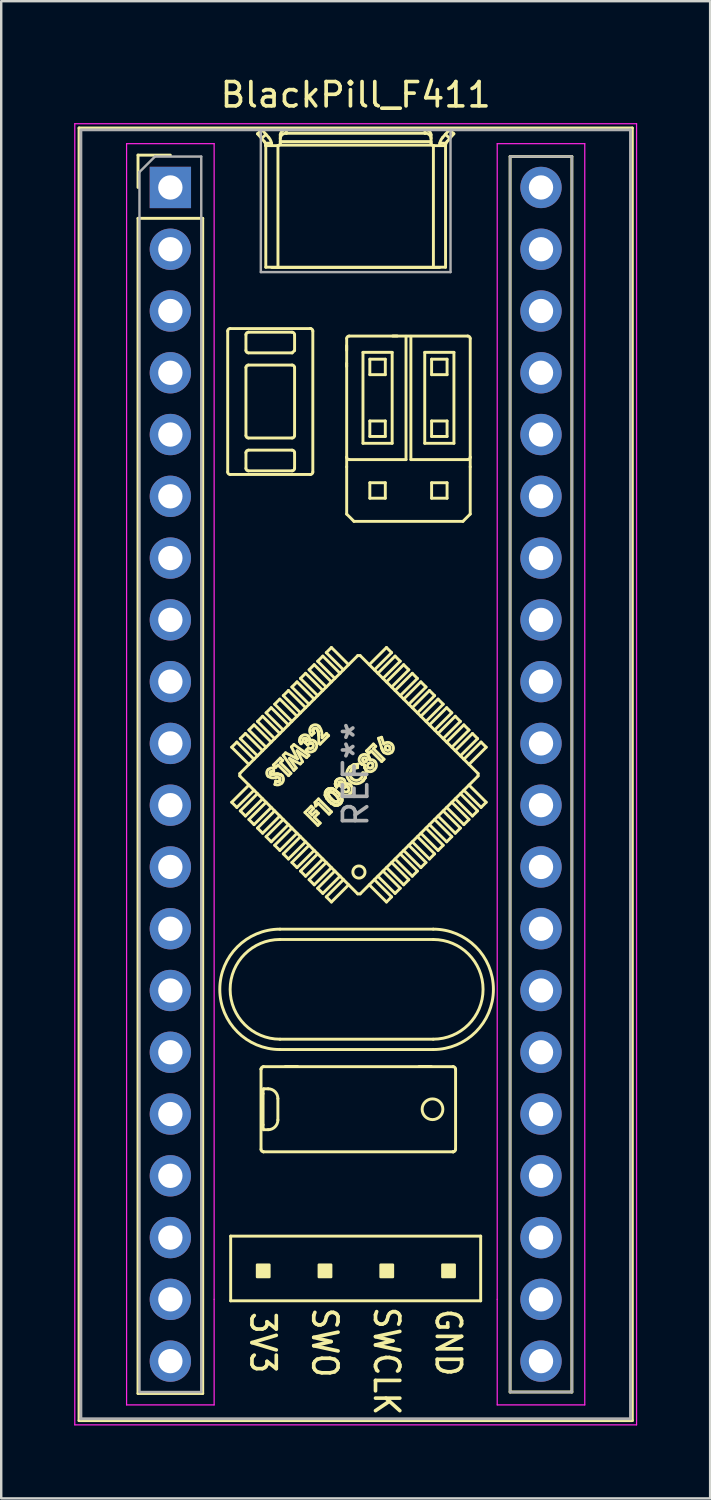
<source format=kicad_pcb>
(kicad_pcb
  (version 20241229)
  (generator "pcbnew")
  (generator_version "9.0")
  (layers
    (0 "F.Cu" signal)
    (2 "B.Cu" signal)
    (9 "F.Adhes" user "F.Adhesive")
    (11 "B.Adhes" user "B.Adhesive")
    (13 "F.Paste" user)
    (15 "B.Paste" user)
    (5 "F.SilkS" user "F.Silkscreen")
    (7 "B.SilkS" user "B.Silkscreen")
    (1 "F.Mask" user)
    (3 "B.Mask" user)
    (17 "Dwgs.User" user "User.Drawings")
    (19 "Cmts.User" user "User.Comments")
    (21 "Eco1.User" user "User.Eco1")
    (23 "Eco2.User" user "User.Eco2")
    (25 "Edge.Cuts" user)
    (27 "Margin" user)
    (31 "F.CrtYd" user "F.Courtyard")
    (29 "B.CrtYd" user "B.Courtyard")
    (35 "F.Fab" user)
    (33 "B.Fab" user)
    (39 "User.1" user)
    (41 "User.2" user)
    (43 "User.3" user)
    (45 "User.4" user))
  (footprint "BlackPill_F411"
    (layer "F.Cu")
    (at 3.955 4.658)
    (property "Reference" "BlackPill_F411" (at 7.62 -3.81 0) (layer "F.SilkS") (effects (font (size 1 1) (thickness 0.15))))
    (attr through_hole)
    (fp_line (start -3.755 -2.445) (end 18.995 -2.445) (stroke (width 0.12) (type solid)) (layer "F.SilkS"))
    (fp_line (start -3.755 50.705) (end -3.755 -2.445) (stroke (width 0.12) (type solid)) (layer "F.SilkS"))
    (fp_line (start -1.33 -1.33) (end 0 -1.33) (stroke (width 0.12) (type solid)) (layer "F.SilkS"))
    (fp_line (start -1.33 0) (end -1.33 -1.33) (stroke (width 0.12) (type solid)) (layer "F.SilkS"))
    (fp_line (start -1.33 1.27) (end 1.33 1.27) (stroke (width 0.12) (type solid)) (layer "F.SilkS"))
    (fp_line (start -1.33 49.59) (end -1.33 1.27) (stroke (width 0.12) (type solid)) (layer "F.SilkS"))
    (fp_line (start 1.33 1.27) (end 1.33 49.59) (stroke (width 0.12) (type solid)) (layer "F.SilkS"))
    (fp_line (start 1.33 49.59) (end -1.33 49.59) (stroke (width 0.12) (type solid)) (layer "F.SilkS"))
    (fp_line (start 2.358 5.902) (end 2.358 11.702) (stroke (width 0.12) (type solid)) (layer "F.SilkS"))
    (fp_line (start 2.458 11.802) (end 5.758 11.802) (stroke (width 0.12) (type solid)) (layer "F.SilkS"))
    (fp_line (start 2.48 43.12) (end 2.48 45.78) (stroke (width 0.12) (type solid)) (layer "F.SilkS"))
    (fp_line (start 2.48 45.78) (end 12.76 45.78) (stroke (width 0.12) (type solid)) (layer "F.SilkS"))
    (fp_line (start 2.522 23.017) (end 3.229 23.724) (stroke (width 0.12) (type solid)) (layer "F.SilkS"))
    (fp_line (start 2.522 25.28) (end 3.229 24.573) (stroke (width 0.12) (type solid)) (layer "F.SilkS"))
    (fp_line (start 2.734 22.805) (end 2.522 23.017) (stroke (width 0.12) (type solid)) (layer "F.SilkS"))
    (fp_line (start 2.734 22.805) (end 3.441 23.512) (stroke (width 0.12) (type solid)) (layer "F.SilkS"))
    (fp_line (start 2.734 25.492) (end 2.522 25.28) (stroke (width 0.12) (type solid)) (layer "F.SilkS"))
    (fp_line (start 2.734 25.492) (end 3.441 24.785) (stroke (width 0.12) (type solid)) (layer "F.SilkS"))
    (fp_line (start 2.855 24.199) (end 2.855 24.099) (stroke (width 0.12) (type solid)) (layer "F.SilkS"))
    (fp_line (start 2.855 24.199) (end 7.704 29.048) (stroke (width 0.12) (type solid)) (layer "F.SilkS"))
    (fp_line (start 2.875 22.664) (end 3.583 23.371) (stroke (width 0.12) (type solid)) (layer "F.SilkS"))
    (fp_line (start 2.875 25.634) (end 3.583 24.926) (stroke (width 0.12) (type solid)) (layer "F.SilkS"))
    (fp_line (start 3.088 22.452) (end 2.875 22.664) (stroke (width 0.12) (type solid)) (layer "F.SilkS"))
    (fp_line (start 3.088 22.452) (end 3.795 23.159) (stroke (width 0.12) (type solid)) (layer "F.SilkS"))
    (fp_line (start 3.088 25.846) (end 2.875 25.634) (stroke (width 0.12) (type solid)) (layer "F.SilkS"))
    (fp_line (start 3.088 25.846) (end 3.795 25.139) (stroke (width 0.12) (type solid)) (layer "F.SilkS"))
    (fp_line (start 3.108 6.702) (end 3.108 6.052) (stroke (width 0.12) (type solid)) (layer "F.SilkS"))
    (fp_line (start 3.108 10.202) (end 3.108 7.402) (stroke (width 0.12) (type solid)) (layer "F.SilkS"))
    (fp_line (start 3.108 11.552) (end 3.108 10.902) (stroke (width 0.12) (type solid)) (layer "F.SilkS"))
    (fp_line (start 3.208 5.952) (end 5.008 5.952) (stroke (width 0.12) (type solid)) (layer "F.SilkS"))
    (fp_line (start 3.208 7.302) (end 5.008 7.302) (stroke (width 0.12) (type solid)) (layer "F.SilkS"))
    (fp_line (start 3.208 10.802) (end 5.008 10.802) (stroke (width 0.12) (type solid)) (layer "F.SilkS"))
    (fp_line (start 3.229 22.31) (end 3.936 23.017) (stroke (width 0.12) (type solid)) (layer "F.SilkS"))
    (fp_line (start 3.229 25.987) (end 3.936 25.28) (stroke (width 0.12) (type solid)) (layer "F.SilkS"))
    (fp_line (start 3.441 22.098) (end 3.229 22.31) (stroke (width 0.12) (type solid)) (layer "F.SilkS"))
    (fp_line (start 3.441 22.098) (end 4.148 22.805) (stroke (width 0.12) (type solid)) (layer "F.SilkS"))
    (fp_line (start 3.441 26.199) (end 3.229 25.987) (stroke (width 0.12) (type solid)) (layer "F.SilkS"))
    (fp_line (start 3.441 26.199) (end 4.148 25.492) (stroke (width 0.12) (type solid)) (layer "F.SilkS"))
    (fp_line (start 3.583 -2.207) (end 3.861 -1.891) (stroke (width 0.12) (type solid)) (layer "F.SilkS"))
    (fp_line (start 3.583 21.957) (end 4.29 22.664) (stroke (width 0.12) (type solid)) (layer "F.SilkS"))
    (fp_line (start 3.583 26.341) (end 4.29 25.634) (stroke (width 0.12) (type solid)) (layer "F.SilkS"))
    (fp_line (start 3.728 36.253) (end 3.728 39.553) (stroke (width 0.12) (type solid)) (layer "F.SilkS"))
    (fp_line (start 3.728 36.252) (end 3.728 36.253) (stroke (width 0.12) (type solid)) (layer "F.SilkS"))
    (fp_line (start 3.748 -2.02) (end 3.933 -2.182) (stroke (width 0.12) (type solid)) (layer "F.SilkS"))
    (fp_line (start 3.767 -2.37) (end 3.583 -2.207) (stroke (width 0.12) (type solid)) (layer "F.SilkS"))
    (fp_line (start 3.795 21.744) (end 3.583 21.957) (stroke (width 0.12) (type solid)) (layer "F.SilkS"))
    (fp_line (start 3.795 21.744) (end 4.502 22.452) (stroke (width 0.12) (type solid)) (layer "F.SilkS"))
    (fp_line (start 3.795 26.553) (end 3.583 26.341) (stroke (width 0.12) (type solid)) (layer "F.SilkS"))
    (fp_line (start 3.795 26.553) (end 4.502 25.846) (stroke (width 0.12) (type solid)) (layer "F.SilkS"))
    (fp_line (start 3.812 38.544) (end 3.812 37.262) (stroke (width 0.12) (type solid)) (layer "F.SilkS"))
    (fp_line (start 3.827 39.653) (end 3.828 39.653) (stroke (width 0.12) (type solid)) (layer "F.SilkS"))
    (fp_line (start 3.828 36.153) (end 3.827 36.153) (stroke (width 0.12) (type solid)) (layer "F.SilkS"))
    (fp_line (start 3.828 36.153) (end 11.628 36.153) (stroke (width 0.12) (type solid)) (layer "F.SilkS"))
    (fp_line (start 3.828 39.653) (end 11.628 39.653) (stroke (width 0.12) (type solid)) (layer "F.SilkS"))
    (fp_line (start 3.834 38.744) (end 4.021 38.744) (stroke (width 0.12) (type solid)) (layer "F.SilkS"))
    (fp_line (start 3.924 -1.728) (end 3.929 -1.72) (stroke (width 0.12) (type solid)) (layer "F.SilkS"))
    (fp_line (start 3.924 -1.726) (end 3.924 -1.728) (stroke (width 0.12) (type solid)) (layer "F.SilkS"))
    (fp_line (start 3.924 -1.726) (end 3.924 3.28) (stroke (width 0.12) (type solid)) (layer "F.SilkS"))
    (fp_line (start 3.929 -1.72) (end 3.93 -1.72) (stroke (width 0.12) (type solid)) (layer "F.SilkS"))
    (fp_line (start 3.93 -1.72) (end 4.42 -1.72) (stroke (width 0.12) (type solid)) (layer "F.SilkS"))
    (fp_line (start 3.936 21.603) (end 4.643 22.31) (stroke (width 0.12) (type solid)) (layer "F.SilkS"))
    (fp_line (start 3.936 26.694) (end 4.643 25.987) (stroke (width 0.12) (type solid)) (layer "F.SilkS"))
    (fp_line (start 4.021 37.062) (end 3.834 37.062) (stroke (width 0.12) (type solid)) (layer "F.SilkS"))
    (fp_line (start 4.045 -2.055) (end 3.767 -2.37) (stroke (width 0.12) (type solid)) (layer "F.SilkS"))
    (fp_line (start 4.108 24.11) (end 4.126 24.122) (stroke (width 0.12) (type solid)) (layer "F.SilkS"))
    (fp_line (start 4.108 24.11) (end 4.126 24.122) (stroke (width 0.12) (type solid)) (layer "F.SilkS"))
    (fp_line (start 4.126 24.122) (end 4.142 24.127) (stroke (width 0.12) (type solid)) (layer "F.SilkS"))
    (fp_line (start 4.126 24.122) (end 4.142 24.127) (stroke (width 0.12) (type solid)) (layer "F.SilkS"))
    (fp_line (start 4.142 24.127) (end 4.221 24.127) (stroke (width 0.12) (type solid)) (layer "F.SilkS"))
    (fp_line (start 4.142 24.127) (end 4.221 24.127) (stroke (width 0.12) (type solid)) (layer "F.SilkS"))
    (fp_line (start 4.148 21.391) (end 3.936 21.603) (stroke (width 0.12) (type solid)) (layer "F.SilkS"))
    (fp_line (start 4.148 21.391) (end 4.855 22.098) (stroke (width 0.12) (type solid)) (layer "F.SilkS"))
    (fp_line (start 4.148 26.906) (end 3.936 26.694) (stroke (width 0.12) (type solid)) (layer "F.SilkS"))
    (fp_line (start 4.148 26.906) (end 4.855 26.199) (stroke (width 0.12) (type solid)) (layer "F.SilkS"))
    (fp_line (start 4.161 -1.82) (end 3.905 -1.82) (stroke (width 0.12) (type solid)) (layer "F.SilkS"))
    (fp_line (start 4.17 -1.72) (end 4.17 -1.724) (stroke (width 0.12) (type solid)) (layer "F.SilkS"))
    (fp_line (start 4.221 24.127) (end 4.283 24.123) (stroke (width 0.12) (type solid)) (layer "F.SilkS"))
    (fp_line (start 4.221 24.127) (end 4.283 24.123) (stroke (width 0.12) (type solid)) (layer "F.SilkS"))
    (fp_line (start 4.236 23.749) (end 4.522 23.463) (stroke (width 0.12) (type solid)) (layer "F.SilkS"))
    (fp_line (start 4.253 23.874) (end 4.247 24.011) (stroke (width 0.12) (type solid)) (layer "F.SilkS"))
    (fp_line (start 4.283 24.123) (end 4.355 24.118) (stroke (width 0.12) (type solid)) (layer "F.SilkS"))
    (fp_line (start 4.283 24.123) (end 4.355 24.118) (stroke (width 0.12) (type solid)) (layer "F.SilkS"))
    (fp_line (start 4.29 21.249) (end 4.997 21.957) (stroke (width 0.12) (type solid)) (layer "F.SilkS"))
    (fp_line (start 4.29 27.048) (end 4.997 26.341) (stroke (width 0.12) (type solid)) (layer "F.SilkS"))
    (fp_line (start 4.3 24.547) (end 4.334 24.413) (stroke (width 0.12) (type solid)) (layer "F.SilkS"))
    (fp_line (start 4.331 23.844) (end 4.236 23.749) (stroke (width 0.12) (type solid)) (layer "F.SilkS"))
    (fp_line (start 4.334 24.413) (end 4.424 24.424) (stroke (width 0.12) (type solid)) (layer "F.SilkS"))
    (fp_line (start 4.334 24.413) (end 4.424 24.424) (stroke (width 0.12) (type solid)) (layer "F.SilkS"))
    (fp_line (start 4.355 24.118) (end 4.412 24.116) (stroke (width 0.12) (type solid)) (layer "F.SilkS"))
    (fp_line (start 4.355 24.118) (end 4.412 24.116) (stroke (width 0.12) (type solid)) (layer "F.SilkS"))
    (fp_line (start 4.412 24.116) (end 4.518 24.135) (stroke (width 0.12) (type solid)) (layer "F.SilkS"))
    (fp_line (start 4.412 24.116) (end 4.518 24.135) (stroke (width 0.12) (type solid)) (layer "F.SilkS"))
    (fp_line (start 4.42 -1.72) (end 4.424 -1.72) (stroke (width 0.12) (type solid)) (layer "F.SilkS"))
    (fp_line (start 4.421 37.462) (end 4.421 38.344) (stroke (width 0.12) (type solid)) (layer "F.SilkS"))
    (fp_line (start 4.424 -1.72) (end 4.424 3.29) (stroke (width 0.12) (type solid)) (layer "F.SilkS"))
    (fp_line (start 4.424 24.424) (end 4.459 24.415) (stroke (width 0.12) (type solid)) (layer "F.SilkS"))
    (fp_line (start 4.424 24.424) (end 4.459 24.415) (stroke (width 0.12) (type solid)) (layer "F.SilkS"))
    (fp_line (start 4.427 23.749) (end 4.331 23.844) (stroke (width 0.12) (type solid)) (layer "F.SilkS"))
    (fp_line (start 4.459 24.415) (end 4.489 24.394) (stroke (width 0.12) (type solid)) (layer "F.SilkS"))
    (fp_line (start 4.459 24.415) (end 4.489 24.394) (stroke (width 0.12) (type solid)) (layer "F.SilkS"))
    (fp_line (start 4.502 21.037) (end 4.29 21.249) (stroke (width 0.12) (type solid)) (layer "F.SilkS"))
    (fp_line (start 4.502 21.037) (end 5.209 21.744) (stroke (width 0.12) (type solid)) (layer "F.SilkS"))
    (fp_line (start 4.502 27.26) (end 4.29 27.048) (stroke (width 0.12) (type solid)) (layer "F.SilkS"))
    (fp_line (start 4.502 27.26) (end 5.209 26.553) (stroke (width 0.12) (type solid)) (layer "F.SilkS"))
    (fp_line (start 4.508 30.923) (end 10.808 30.923) (stroke (width 0.12) (type solid)) (layer "F.SilkS"))
    (fp_line (start 4.508 35.448) (end 10.808 35.448) (stroke (width 0.12) (type solid)) (layer "F.SilkS"))
    (fp_line (start 4.518 24.135) (end 4.588 24.183) (stroke (width 0.12) (type solid)) (layer "F.SilkS"))
    (fp_line (start 4.518 24.135) (end 4.588 24.183) (stroke (width 0.12) (type solid)) (layer "F.SilkS"))
    (fp_line (start 4.52 -2.165) (end 4.52 -1.82) (stroke (width 0.12) (type solid)) (layer "F.SilkS"))
    (fp_line (start 4.52 -1.885) (end 10.72 -1.885) (stroke (width 0.12) (type solid)) (layer "F.SilkS"))
    (fp_line (start 4.522 23.463) (end 4.617 23.559) (stroke (width 0.12) (type solid)) (layer "F.SilkS"))
    (fp_line (start 4.522 23.654) (end 4.957 24.089) (stroke (width 0.12) (type solid)) (layer "F.SilkS"))
    (fp_line (start 4.617 23.559) (end 4.522 23.654) (stroke (width 0.12) (type solid)) (layer "F.SilkS"))
    (fp_line (start 4.639 23.347) (end 4.737 23.248) (stroke (width 0.12) (type solid)) (layer "F.SilkS"))
    (fp_line (start 4.643 20.896) (end 5.35 21.603) (stroke (width 0.12) (type solid)) (layer "F.SilkS"))
    (fp_line (start 4.643 27.401) (end 5.35 26.694) (stroke (width 0.12) (type solid)) (layer "F.SilkS"))
    (fp_line (start 4.737 23.248) (end 5.228 23.497) (stroke (width 0.12) (type solid)) (layer "F.SilkS"))
    (fp_line (start 4.77 -2.227) (end 4.77 -2.37) (stroke (width 0.12) (type solid)) (layer "F.SilkS"))
    (fp_line (start 4.855 20.684) (end 4.643 20.896) (stroke (width 0.12) (type solid)) (layer "F.SilkS"))
    (fp_line (start 4.855 20.684) (end 5.562 21.391) (stroke (width 0.12) (type solid)) (layer "F.SilkS"))
    (fp_line (start 4.855 27.613) (end 4.643 27.401) (stroke (width 0.12) (type solid)) (layer "F.SilkS"))
    (fp_line (start 4.855 27.613) (end 5.562 26.906) (stroke (width 0.12) (type solid)) (layer "F.SilkS"))
    (fp_line (start 4.862 24.184) (end 4.427 23.749) (stroke (width 0.12) (type solid)) (layer "F.SilkS"))
    (fp_line (start 4.897 23.479) (end 5.176 23.87) (stroke (width 0.12) (type solid)) (layer "F.SilkS"))
    (fp_line (start 4.957 24.089) (end 4.862 24.184) (stroke (width 0.12) (type solid)) (layer "F.SilkS"))
    (fp_line (start 4.98 23.005) (end 5.078 22.907) (stroke (width 0.12) (type solid)) (layer "F.SilkS"))
    (fp_line (start 4.997 20.542) (end 5.704 21.249) (stroke (width 0.12) (type solid)) (layer "F.SilkS"))
    (fp_line (start 4.997 27.755) (end 5.704 27.048) (stroke (width 0.12) (type solid)) (layer "F.SilkS"))
    (fp_line (start 5.008 6.802) (end 3.208 6.802) (stroke (width 0.12) (type solid)) (layer "F.SilkS"))
    (fp_line (start 5.008 10.302) (end 3.208 10.302) (stroke (width 0.12) (type solid)) (layer "F.SilkS"))
    (fp_line (start 5.008 11.652) (end 3.208 11.652) (stroke (width 0.12) (type solid)) (layer "F.SilkS"))
    (fp_line (start 5.078 22.907) (end 5.698 23.348) (stroke (width 0.12) (type solid)) (layer "F.SilkS"))
    (fp_line (start 5.079 23.967) (end 4.639 23.347) (stroke (width 0.12) (type solid)) (layer "F.SilkS"))
    (fp_line (start 5.108 6.052) (end 5.108 6.702) (stroke (width 0.12) (type solid)) (layer "F.SilkS"))
    (fp_line (start 5.108 6.702) (end 5.008 6.802) (stroke (width 0.12) (type solid)) (layer "F.SilkS"))
    (fp_line (start 5.108 7.402) (end 5.108 10.202) (stroke (width 0.12) (type solid)) (layer "F.SilkS"))
    (fp_line (start 5.108 10.902) (end 5.108 11.552) (stroke (width 0.12) (type solid)) (layer "F.SilkS"))
    (fp_line (start 5.176 23.87) (end 5.079 23.967) (stroke (width 0.12) (type solid)) (layer "F.SilkS"))
    (fp_line (start 5.209 20.33) (end 4.997 20.542) (stroke (width 0.12) (type solid)) (layer "F.SilkS"))
    (fp_line (start 5.209 20.33) (end 5.916 21.037) (stroke (width 0.12) (type solid)) (layer "F.SilkS"))
    (fp_line (start 5.209 27.967) (end 4.997 27.755) (stroke (width 0.12) (type solid)) (layer "F.SilkS"))
    (fp_line (start 5.209 27.967) (end 5.916 27.26) (stroke (width 0.12) (type solid)) (layer "F.SilkS"))
    (fp_line (start 5.21 23.166) (end 5.435 23.611) (stroke (width 0.12) (type solid)) (layer "F.SilkS"))
    (fp_line (start 5.228 36.143) (end 4.728 36.143) (stroke (width 0.12) (type solid)) (layer "F.SilkS"))
    (fp_line (start 5.228 23.497) (end 4.98 23.005) (stroke (width 0.12) (type solid)) (layer "F.SilkS"))
    (fp_line (start 5.319 22.738) (end 5.339 22.637) (stroke (width 0.12) (type solid)) (layer "F.SilkS"))
    (fp_line (start 5.319 22.738) (end 5.339 22.637) (stroke (width 0.12) (type solid)) (layer "F.SilkS"))
    (fp_line (start 5.331 22.801) (end 5.319 22.738) (stroke (width 0.12) (type solid)) (layer "F.SilkS"))
    (fp_line (start 5.331 22.801) (end 5.319 22.738) (stroke (width 0.12) (type solid)) (layer "F.SilkS"))
    (fp_line (start 5.339 22.637) (end 5.387 22.571) (stroke (width 0.12) (type solid)) (layer "F.SilkS"))
    (fp_line (start 5.339 22.637) (end 5.387 22.571) (stroke (width 0.12) (type solid)) (layer "F.SilkS"))
    (fp_line (start 5.342 23.704) (end 4.897 23.479) (stroke (width 0.12) (type solid)) (layer "F.SilkS"))
    (fp_line (start 5.35 20.189) (end 6.057 20.896) (stroke (width 0.12) (type solid)) (layer "F.SilkS"))
    (fp_line (start 5.35 28.108) (end 6.057 27.401) (stroke (width 0.12) (type solid)) (layer "F.SilkS"))
    (fp_line (start 5.372 22.872) (end 5.331 22.801) (stroke (width 0.12) (type solid)) (layer "F.SilkS"))
    (fp_line (start 5.372 22.872) (end 5.331 22.801) (stroke (width 0.12) (type solid)) (layer "F.SilkS"))
    (fp_line (start 5.435 23.611) (end 5.342 23.704) (stroke (width 0.12) (type solid)) (layer "F.SilkS"))
    (fp_line (start 5.467 22.777) (end 5.372 22.872) (stroke (width 0.12) (type solid)) (layer "F.SilkS"))
    (fp_line (start 5.535 25.7) (end 5.793 25.442) (stroke (width 0.12) (type solid)) (layer "F.SilkS"))
    (fp_line (start 5.549 22.831) (end 5.6 22.752) (stroke (width 0.12) (type solid)) (layer "F.SilkS"))
    (fp_line (start 5.549 22.831) (end 5.6 22.752) (stroke (width 0.12) (type solid)) (layer "F.SilkS"))
    (fp_line (start 5.562 19.977) (end 5.35 20.189) (stroke (width 0.12) (type solid)) (layer "F.SilkS"))
    (fp_line (start 5.562 19.977) (end 6.27 20.684) (stroke (width 0.12) (type solid)) (layer "F.SilkS"))
    (fp_line (start 5.562 28.321) (end 5.35 28.108) (stroke (width 0.12) (type solid)) (layer "F.SilkS"))
    (fp_line (start 5.562 28.321) (end 6.27 27.613) (stroke (width 0.12) (type solid)) (layer "F.SilkS"))
    (fp_line (start 5.583 23.137) (end 5.678 23.042) (stroke (width 0.12) (type solid)) (layer "F.SilkS"))
    (fp_line (start 5.598 22.683) (end 5.585 22.664) (stroke (width 0.12) (type solid)) (layer "F.SilkS"))
    (fp_line (start 5.598 22.683) (end 5.585 22.664) (stroke (width 0.12) (type solid)) (layer "F.SilkS"))
    (fp_line (start 5.6 22.752) (end 5.605 22.706) (stroke (width 0.12) (type solid)) (layer "F.SilkS"))
    (fp_line (start 5.6 22.752) (end 5.605 22.706) (stroke (width 0.12) (type solid)) (layer "F.SilkS"))
    (fp_line (start 5.602 23.444) (end 5.21 23.166) (stroke (width 0.12) (type solid)) (layer "F.SilkS"))
    (fp_line (start 5.605 22.706) (end 5.598 22.683) (stroke (width 0.12) (type solid)) (layer "F.SilkS"))
    (fp_line (start 5.605 22.706) (end 5.598 22.683) (stroke (width 0.12) (type solid)) (layer "F.SilkS"))
    (fp_line (start 5.637 22.92) (end 5.549 22.831) (stroke (width 0.12) (type solid)) (layer "F.SilkS"))
    (fp_line (start 5.698 23.348) (end 5.602 23.444) (stroke (width 0.12) (type solid)) (layer "F.SilkS"))
    (fp_line (start 5.704 19.835) (end 6.411 20.542) (stroke (width 0.12) (type solid)) (layer "F.SilkS"))
    (fp_line (start 5.704 28.462) (end 6.411 27.755) (stroke (width 0.12) (type solid)) (layer "F.SilkS"))
    (fp_line (start 5.725 25.7) (end 5.827 25.802) (stroke (width 0.12) (type solid)) (layer "F.SilkS"))
    (fp_line (start 5.738 22.854) (end 5.637 22.92) (stroke (width 0.12) (type solid)) (layer "F.SilkS"))
    (fp_line (start 5.738 22.854) (end 5.637 22.92) (stroke (width 0.12) (type solid)) (layer "F.SilkS"))
    (fp_line (start 5.758 5.802) (end 2.458 5.802) (stroke (width 0.12) (type solid)) (layer "F.SilkS"))
    (fp_line (start 5.762 5.802) (end 5.758 5.802) (stroke (width 0.12) (type solid)) (layer "F.SilkS"))
    (fp_line (start 5.793 25.442) (end 5.888 25.537) (stroke (width 0.12) (type solid)) (layer "F.SilkS"))
    (fp_line (start 5.798 22.849) (end 5.738 22.854) (stroke (width 0.12) (type solid)) (layer "F.SilkS"))
    (fp_line (start 5.798 22.849) (end 5.738 22.854) (stroke (width 0.12) (type solid)) (layer "F.SilkS"))
    (fp_line (start 5.827 25.802) (end 5.99 25.639) (stroke (width 0.12) (type solid)) (layer "F.SilkS"))
    (fp_line (start 5.827 22.858) (end 5.798 22.849) (stroke (width 0.12) (type solid)) (layer "F.SilkS"))
    (fp_line (start 5.827 22.858) (end 5.798 22.849) (stroke (width 0.12) (type solid)) (layer "F.SilkS"))
    (fp_line (start 5.852 22.876) (end 5.827 22.858) (stroke (width 0.12) (type solid)) (layer "F.SilkS"))
    (fp_line (start 5.852 22.876) (end 5.827 22.858) (stroke (width 0.12) (type solid)) (layer "F.SilkS"))
    (fp_line (start 5.858 11.702) (end 5.858 5.902) (stroke (width 0.12) (type solid)) (layer "F.SilkS"))
    (fp_line (start 5.862 22.307) (end 5.866 22.36) (stroke (width 0.12) (type solid)) (layer "F.SilkS"))
    (fp_line (start 5.862 22.307) (end 5.866 22.36) (stroke (width 0.12) (type solid)) (layer "F.SilkS"))
    (fp_line (start 5.866 22.36) (end 5.909 22.43) (stroke (width 0.12) (type solid)) (layer "F.SilkS"))
    (fp_line (start 5.866 22.36) (end 5.909 22.43) (stroke (width 0.12) (type solid)) (layer "F.SilkS"))
    (fp_line (start 5.887 22.261) (end 5.862 22.307) (stroke (width 0.12) (type solid)) (layer "F.SilkS"))
    (fp_line (start 5.887 22.261) (end 5.862 22.307) (stroke (width 0.12) (type solid)) (layer "F.SilkS"))
    (fp_line (start 5.888 25.537) (end 5.725 25.7) (stroke (width 0.12) (type solid)) (layer "F.SilkS"))
    (fp_line (start 5.909 22.43) (end 5.814 22.525) (stroke (width 0.12) (type solid)) (layer "F.SilkS"))
    (fp_line (start 5.916 19.623) (end 5.704 19.835) (stroke (width 0.12) (type solid)) (layer "F.SilkS"))
    (fp_line (start 5.916 19.623) (end 6.623 20.33) (stroke (width 0.12) (type solid)) (layer "F.SilkS"))
    (fp_line (start 5.916 28.674) (end 5.704 28.462) (stroke (width 0.12) (type solid)) (layer "F.SilkS"))
    (fp_line (start 5.916 28.674) (end 6.623 27.967) (stroke (width 0.12) (type solid)) (layer "F.SilkS"))
    (fp_line (start 5.922 25.898) (end 6.16 26.136) (stroke (width 0.12) (type solid)) (layer "F.SilkS"))
    (fp_line (start 5.945 25.29) (end 6.092 25.143) (stroke (width 0.12) (type solid)) (layer "F.SilkS"))
    (fp_line (start 5.977 25.435) (end 5.945 25.29) (stroke (width 0.12) (type solid)) (layer "F.SilkS"))
    (fp_line (start 5.99 25.639) (end 6.086 25.734) (stroke (width 0.12) (type solid)) (layer "F.SilkS"))
    (fp_line (start 6.057 19.482) (end 6.765 20.189) (stroke (width 0.12) (type solid)) (layer "F.SilkS"))
    (fp_line (start 6.057 28.815) (end 6.765 28.108) (stroke (width 0.12) (type solid)) (layer "F.SilkS"))
    (fp_line (start 6.065 26.231) (end 5.535 25.7) (stroke (width 0.12) (type solid)) (layer "F.SilkS"))
    (fp_line (start 6.08 22.368) (end 6.027 22.263) (stroke (width 0.12) (type solid)) (layer "F.SilkS"))
    (fp_line (start 6.08 22.368) (end 6.027 22.263) (stroke (width 0.12) (type solid)) (layer "F.SilkS"))
    (fp_line (start 6.086 25.326) (end 5.977 25.435) (stroke (width 0.12) (type solid)) (layer "F.SilkS"))
    (fp_line (start 6.086 25.734) (end 5.922 25.898) (stroke (width 0.12) (type solid)) (layer "F.SilkS"))
    (fp_line (start 6.092 25.143) (end 6.623 25.673) (stroke (width 0.12) (type solid)) (layer "F.SilkS"))
    (fp_line (start 6.095 22.52) (end 6.08 22.368) (stroke (width 0.12) (type solid)) (layer "F.SilkS"))
    (fp_line (start 6.095 22.52) (end 6.08 22.368) (stroke (width 0.12) (type solid)) (layer "F.SilkS"))
    (fp_line (start 6.105 22.844) (end 6.095 22.52) (stroke (width 0.12) (type solid)) (layer "F.SilkS"))
    (fp_line (start 6.154 22.892) (end 6.105 22.844) (stroke (width 0.12) (type solid)) (layer "F.SilkS"))
    (fp_line (start 6.16 26.136) (end 6.065 26.231) (stroke (width 0.12) (type solid)) (layer "F.SilkS"))
    (fp_line (start 6.232 22.51) (end 6.24 22.629) (stroke (width 0.12) (type solid)) (layer "F.SilkS"))
    (fp_line (start 6.24 22.629) (end 6.419 22.45) (stroke (width 0.12) (type solid)) (layer "F.SilkS"))
    (fp_line (start 6.27 19.27) (end 6.057 19.482) (stroke (width 0.12) (type solid)) (layer "F.SilkS"))
    (fp_line (start 6.27 19.27) (end 6.977 19.977) (stroke (width 0.12) (type solid)) (layer "F.SilkS"))
    (fp_line (start 6.27 29.028) (end 6.057 28.815) (stroke (width 0.12) (type solid)) (layer "F.SilkS"))
    (fp_line (start 6.27 29.028) (end 6.977 28.321) (stroke (width 0.12) (type solid)) (layer "F.SilkS"))
    (fp_line (start 6.365 24.988) (end 6.373 24.863) (stroke (width 0.12) (type solid)) (layer "F.SilkS"))
    (fp_line (start 6.365 24.988) (end 6.373 24.863) (stroke (width 0.12) (type solid)) (layer "F.SilkS"))
    (fp_line (start 6.373 24.863) (end 6.427 24.781) (stroke (width 0.12) (type solid)) (layer "F.SilkS"))
    (fp_line (start 6.373 24.863) (end 6.427 24.781) (stroke (width 0.12) (type solid)) (layer "F.SilkS"))
    (fp_line (start 6.411 19.128) (end 7.118 19.835) (stroke (width 0.12) (type solid)) (layer "F.SilkS"))
    (fp_line (start 6.411 29.169) (end 7.118 28.462) (stroke (width 0.12) (type solid)) (layer "F.SilkS"))
    (fp_line (start 6.419 22.45) (end 6.507 22.539) (stroke (width 0.12) (type solid)) (layer "F.SilkS"))
    (fp_line (start 6.421 25.111) (end 6.365 24.988) (stroke (width 0.12) (type solid)) (layer "F.SilkS"))
    (fp_line (start 6.421 25.111) (end 6.365 24.988) (stroke (width 0.12) (type solid)) (layer "F.SilkS"))
    (fp_line (start 6.427 24.781) (end 6.48 24.74) (stroke (width 0.12) (type solid)) (layer "F.SilkS"))
    (fp_line (start 6.427 24.781) (end 6.48 24.74) (stroke (width 0.12) (type solid)) (layer "F.SilkS"))
    (fp_line (start 6.48 24.74) (end 6.541 24.715) (stroke (width 0.12) (type solid)) (layer "F.SilkS"))
    (fp_line (start 6.48 24.74) (end 6.541 24.715) (stroke (width 0.12) (type solid)) (layer "F.SilkS"))
    (fp_line (start 6.496 24.948) (end 6.524 25.024) (stroke (width 0.12) (type solid)) (layer "F.SilkS"))
    (fp_line (start 6.496 24.948) (end 6.524 25.024) (stroke (width 0.12) (type solid)) (layer "F.SilkS"))
    (fp_line (start 6.503 24.908) (end 6.496 24.948) (stroke (width 0.12) (type solid)) (layer "F.SilkS"))
    (fp_line (start 6.503 24.908) (end 6.496 24.948) (stroke (width 0.12) (type solid)) (layer "F.SilkS"))
    (fp_line (start 6.507 22.539) (end 6.154 22.892) (stroke (width 0.12) (type solid)) (layer "F.SilkS"))
    (fp_line (start 6.524 25.024) (end 6.629 25.149) (stroke (width 0.12) (type solid)) (layer "F.SilkS"))
    (fp_line (start 6.524 25.024) (end 6.629 25.149) (stroke (width 0.12) (type solid)) (layer "F.SilkS"))
    (fp_line (start 6.525 24.874) (end 6.503 24.908) (stroke (width 0.12) (type solid)) (layer "F.SilkS"))
    (fp_line (start 6.525 24.874) (end 6.503 24.908) (stroke (width 0.12) (type solid)) (layer "F.SilkS"))
    (fp_line (start 6.528 25.768) (end 6.086 25.326) (stroke (width 0.12) (type solid)) (layer "F.SilkS"))
    (fp_line (start 6.533 25.243) (end 6.421 25.111) (stroke (width 0.12) (type solid)) (layer "F.SilkS"))
    (fp_line (start 6.533 25.243) (end 6.421 25.111) (stroke (width 0.12) (type solid)) (layer "F.SilkS"))
    (fp_line (start 6.541 24.715) (end 6.608 24.71) (stroke (width 0.12) (type solid)) (layer "F.SilkS"))
    (fp_line (start 6.541 24.715) (end 6.608 24.71) (stroke (width 0.12) (type solid)) (layer "F.SilkS"))
    (fp_line (start 6.558 24.852) (end 6.525 24.874) (stroke (width 0.12) (type solid)) (layer "F.SilkS"))
    (fp_line (start 6.558 24.852) (end 6.525 24.874) (stroke (width 0.12) (type solid)) (layer "F.SilkS"))
    (fp_line (start 6.597 24.848) (end 6.558 24.852) (stroke (width 0.12) (type solid)) (layer "F.SilkS"))
    (fp_line (start 6.597 24.848) (end 6.558 24.852) (stroke (width 0.12) (type solid)) (layer "F.SilkS"))
    (fp_line (start 6.608 24.71) (end 6.673 24.725) (stroke (width 0.12) (type solid)) (layer "F.SilkS"))
    (fp_line (start 6.608 24.71) (end 6.673 24.725) (stroke (width 0.12) (type solid)) (layer "F.SilkS"))
    (fp_line (start 6.623 25.673) (end 6.528 25.768) (stroke (width 0.12) (type solid)) (layer "F.SilkS"))
    (fp_line (start 6.623 18.916) (end 6.411 19.128) (stroke (width 0.12) (type solid)) (layer "F.SilkS"))
    (fp_line (start 6.623 18.916) (end 7.33 19.623) (stroke (width 0.12) (type solid)) (layer "F.SilkS"))
    (fp_line (start 6.623 29.381) (end 6.411 29.169) (stroke (width 0.12) (type solid)) (layer "F.SilkS"))
    (fp_line (start 6.623 29.381) (end 7.33 28.674) (stroke (width 0.12) (type solid)) (layer "F.SilkS"))
    (fp_line (start 6.629 25.149) (end 6.749 25.246) (stroke (width 0.12) (type solid)) (layer "F.SilkS"))
    (fp_line (start 6.629 25.149) (end 6.749 25.246) (stroke (width 0.12) (type solid)) (layer "F.SilkS"))
    (fp_line (start 6.631 25.331) (end 6.533 25.243) (stroke (width 0.12) (type solid)) (layer "F.SilkS"))
    (fp_line (start 6.631 25.331) (end 6.533 25.243) (stroke (width 0.12) (type solid)) (layer "F.SilkS"))
    (fp_line (start 6.671 24.873) (end 6.597 24.848) (stroke (width 0.12) (type solid)) (layer "F.SilkS"))
    (fp_line (start 6.671 24.873) (end 6.597 24.848) (stroke (width 0.12) (type solid)) (layer "F.SilkS"))
    (fp_line (start 6.673 24.725) (end 6.788 24.789) (stroke (width 0.12) (type solid)) (layer "F.SilkS"))
    (fp_line (start 6.673 24.725) (end 6.788 24.789) (stroke (width 0.12) (type solid)) (layer "F.SilkS"))
    (fp_line (start 6.746 25.394) (end 6.631 25.331) (stroke (width 0.12) (type solid)) (layer "F.SilkS"))
    (fp_line (start 6.746 25.394) (end 6.631 25.331) (stroke (width 0.12) (type solid)) (layer "F.SilkS"))
    (fp_line (start 6.749 25.246) (end 6.822 25.268) (stroke (width 0.12) (type solid)) (layer "F.SilkS"))
    (fp_line (start 6.749 25.246) (end 6.822 25.268) (stroke (width 0.12) (type solid)) (layer "F.SilkS"))
    (fp_line (start 6.781 24.526) (end 6.801 24.425) (stroke (width 0.12) (type solid)) (layer "F.SilkS"))
    (fp_line (start 6.781 24.526) (end 6.801 24.425) (stroke (width 0.12) (type solid)) (layer "F.SilkS"))
    (fp_line (start 6.788 24.789) (end 6.888 24.878) (stroke (width 0.12) (type solid)) (layer "F.SilkS"))
    (fp_line (start 6.788 24.789) (end 6.888 24.878) (stroke (width 0.12) (type solid)) (layer "F.SilkS"))
    (fp_line (start 6.793 24.973) (end 6.671 24.873) (stroke (width 0.12) (type solid)) (layer "F.SilkS"))
    (fp_line (start 6.793 24.973) (end 6.671 24.873) (stroke (width 0.12) (type solid)) (layer "F.SilkS"))
    (fp_line (start 6.793 24.589) (end 6.781 24.526) (stroke (width 0.12) (type solid)) (layer "F.SilkS"))
    (fp_line (start 6.793 24.589) (end 6.781 24.526) (stroke (width 0.12) (type solid)) (layer "F.SilkS"))
    (fp_line (start 6.801 24.425) (end 6.849 24.359) (stroke (width 0.12) (type solid)) (layer "F.SilkS"))
    (fp_line (start 6.801 24.425) (end 6.849 24.359) (stroke (width 0.12) (type solid)) (layer "F.SilkS"))
    (fp_line (start 6.811 25.407) (end 6.746 25.394) (stroke (width 0.12) (type solid)) (layer "F.SilkS"))
    (fp_line (start 6.811 25.407) (end 6.746 25.394) (stroke (width 0.12) (type solid)) (layer "F.SilkS"))
    (fp_line (start 6.822 25.268) (end 6.86 25.262) (stroke (width 0.12) (type solid)) (layer "F.SilkS"))
    (fp_line (start 6.822 25.268) (end 6.86 25.262) (stroke (width 0.12) (type solid)) (layer "F.SilkS"))
    (fp_line (start 6.834 24.66) (end 6.793 24.589) (stroke (width 0.12) (type solid)) (layer "F.SilkS"))
    (fp_line (start 6.834 24.66) (end 6.793 24.589) (stroke (width 0.12) (type solid)) (layer "F.SilkS"))
    (fp_line (start 6.856 25.043) (end 6.793 24.973) (stroke (width 0.12) (type solid)) (layer "F.SilkS"))
    (fp_line (start 6.856 25.043) (end 6.793 24.973) (stroke (width 0.12) (type solid)) (layer "F.SilkS"))
    (fp_line (start 6.86 25.262) (end 6.892 25.241) (stroke (width 0.12) (type solid)) (layer "F.SilkS"))
    (fp_line (start 6.86 25.262) (end 6.892 25.241) (stroke (width 0.12) (type solid)) (layer "F.SilkS"))
    (fp_line (start 6.876 25.402) (end 6.811 25.407) (stroke (width 0.12) (type solid)) (layer "F.SilkS"))
    (fp_line (start 6.876 25.402) (end 6.811 25.407) (stroke (width 0.12) (type solid)) (layer "F.SilkS"))
    (fp_line (start 6.888 24.878) (end 6.976 24.977) (stroke (width 0.12) (type solid)) (layer "F.SilkS"))
    (fp_line (start 6.888 24.878) (end 6.976 24.977) (stroke (width 0.12) (type solid)) (layer "F.SilkS"))
    (fp_line (start 6.914 25.146) (end 6.856 25.043) (stroke (width 0.12) (type solid)) (layer "F.SilkS"))
    (fp_line (start 6.914 25.146) (end 6.856 25.043) (stroke (width 0.12) (type solid)) (layer "F.SilkS"))
    (fp_line (start 6.929 24.565) (end 6.834 24.66) (stroke (width 0.12) (type solid)) (layer "F.SilkS"))
    (fp_line (start 6.936 25.377) (end 6.876 25.402) (stroke (width 0.12) (type solid)) (layer "F.SilkS"))
    (fp_line (start 6.936 25.377) (end 6.876 25.402) (stroke (width 0.12) (type solid)) (layer "F.SilkS"))
    (fp_line (start 6.976 24.977) (end 7.041 25.092) (stroke (width 0.12) (type solid)) (layer "F.SilkS"))
    (fp_line (start 6.976 24.977) (end 7.041 25.092) (stroke (width 0.12) (type solid)) (layer "F.SilkS"))
    (fp_line (start 6.988 25.335) (end 6.936 25.377) (stroke (width 0.12) (type solid)) (layer "F.SilkS"))
    (fp_line (start 6.988 25.335) (end 6.936 25.377) (stroke (width 0.12) (type solid)) (layer "F.SilkS"))
    (fp_line (start 7.01 24.619) (end 7.062 24.54) (stroke (width 0.12) (type solid)) (layer "F.SilkS"))
    (fp_line (start 7.01 24.619) (end 7.062 24.54) (stroke (width 0.12) (type solid)) (layer "F.SilkS"))
    (fp_line (start 7.029 25.284) (end 6.988 25.335) (stroke (width 0.12) (type solid)) (layer "F.SilkS"))
    (fp_line (start 7.029 25.284) (end 6.988 25.335) (stroke (width 0.12) (type solid)) (layer "F.SilkS"))
    (fp_line (start 7.041 25.092) (end 7.057 25.157) (stroke (width 0.12) (type solid)) (layer "F.SilkS"))
    (fp_line (start 7.041 25.092) (end 7.057 25.157) (stroke (width 0.12) (type solid)) (layer "F.SilkS"))
    (fp_line (start 7.044 24.925) (end 7.14 24.83) (stroke (width 0.12) (type solid)) (layer "F.SilkS"))
    (fp_line (start 7.054 25.223) (end 7.029 25.284) (stroke (width 0.12) (type solid)) (layer "F.SilkS"))
    (fp_line (start 7.054 25.223) (end 7.029 25.284) (stroke (width 0.12) (type solid)) (layer "F.SilkS"))
    (fp_line (start 7.057 25.157) (end 7.054 25.223) (stroke (width 0.12) (type solid)) (layer "F.SilkS"))
    (fp_line (start 7.057 25.157) (end 7.054 25.223) (stroke (width 0.12) (type solid)) (layer "F.SilkS"))
    (fp_line (start 7.06 24.471) (end 7.047 24.452) (stroke (width 0.12) (type solid)) (layer "F.SilkS"))
    (fp_line (start 7.06 24.471) (end 7.047 24.452) (stroke (width 0.12) (type solid)) (layer "F.SilkS"))
    (fp_line (start 7.062 24.54) (end 7.067 24.494) (stroke (width 0.12) (type solid)) (layer "F.SilkS"))
    (fp_line (start 7.062 24.54) (end 7.067 24.494) (stroke (width 0.12) (type solid)) (layer "F.SilkS"))
    (fp_line (start 7.067 24.494) (end 7.06 24.471) (stroke (width 0.12) (type solid)) (layer "F.SilkS"))
    (fp_line (start 7.067 24.494) (end 7.06 24.471) (stroke (width 0.12) (type solid)) (layer "F.SilkS"))
    (fp_line (start 7.099 24.708) (end 7.01 24.619) (stroke (width 0.12) (type solid)) (layer "F.SilkS"))
    (fp_line (start 7.2 24.642) (end 7.099 24.708) (stroke (width 0.12) (type solid)) (layer "F.SilkS"))
    (fp_line (start 7.2 24.642) (end 7.099 24.708) (stroke (width 0.12) (type solid)) (layer "F.SilkS"))
    (fp_line (start 7.249 6.502) (end 7.249 6.691) (stroke (width 0.12) (type solid)) (layer "F.SilkS"))
    (fp_line (start 7.249 7.231) (end 7.249 7.265) (stroke (width 0.12) (type solid)) (layer "F.SilkS"))
    (fp_line (start 7.249 7.315) (end 7.249 7.359) (stroke (width 0.12) (type solid)) (layer "F.SilkS"))
    (fp_line (start 7.25 11.09) (end 7.25 6.21) (stroke (width 0.12) (type solid)) (layer "F.SilkS"))
    (fp_line (start 7.25 11.09) (end 7.25 11.49) (stroke (width 0.12) (type solid)) (layer "F.SilkS"))
    (fp_line (start 7.25 11.49) (end 7.25 13.43) (stroke (width 0.12) (type solid)) (layer "F.SilkS"))
    (fp_line (start 7.25 13.43) (end 7.55 13.73) (stroke (width 0.12) (type solid)) (layer "F.SilkS"))
    (fp_line (start 7.26 24.637) (end 7.2 24.642) (stroke (width 0.12) (type solid)) (layer "F.SilkS"))
    (fp_line (start 7.26 24.637) (end 7.2 24.642) (stroke (width 0.12) (type solid)) (layer "F.SilkS"))
    (fp_line (start 7.289 24.646) (end 7.26 24.637) (stroke (width 0.12) (type solid)) (layer "F.SilkS"))
    (fp_line (start 7.289 24.646) (end 7.26 24.637) (stroke (width 0.12) (type solid)) (layer "F.SilkS"))
    (fp_line (start 7.314 24.664) (end 7.289 24.646) (stroke (width 0.12) (type solid)) (layer "F.SilkS"))
    (fp_line (start 7.314 24.664) (end 7.289 24.646) (stroke (width 0.12) (type solid)) (layer "F.SilkS"))
    (fp_line (start 7.35 6.11) (end 12.23 6.11) (stroke (width 0.12) (type solid)) (layer "F.SilkS"))
    (fp_line (start 7.369 23.839) (end 7.542 23.736) (stroke (width 0.12) (type solid)) (layer "F.SilkS"))
    (fp_line (start 7.369 23.839) (end 7.542 23.736) (stroke (width 0.12) (type solid)) (layer "F.SilkS"))
    (fp_line (start 7.542 23.736) (end 7.701 23.719) (stroke (width 0.12) (type solid)) (layer "F.SilkS"))
    (fp_line (start 7.542 23.736) (end 7.701 23.719) (stroke (width 0.12) (type solid)) (layer "F.SilkS"))
    (fp_line (start 7.55 13.73) (end 12.03 13.73) (stroke (width 0.12) (type solid)) (layer "F.SilkS"))
    (fp_line (start 7.555 23.876) (end 7.46 23.938) (stroke (width 0.12) (type solid)) (layer "F.SilkS"))
    (fp_line (start 7.555 23.876) (end 7.46 23.938) (stroke (width 0.12) (type solid)) (layer "F.SilkS"))
    (fp_line (start 7.698 23.855) (end 7.555 23.876) (stroke (width 0.12) (type solid)) (layer "F.SilkS"))
    (fp_line (start 7.698 23.855) (end 7.555 23.876) (stroke (width 0.12) (type solid)) (layer "F.SilkS"))
    (fp_line (start 7.701 23.719) (end 7.698 23.855) (stroke (width 0.12) (type solid)) (layer "F.SilkS"))
    (fp_line (start 7.704 19.249) (end 2.855 24.099) (stroke (width 0.12) (type solid)) (layer "F.SilkS"))
    (fp_line (start 7.704 29.048) (end 7.804 29.048) (stroke (width 0.12) (type solid)) (layer "F.SilkS"))
    (fp_line (start 7.804 19.249) (end 7.704 19.249) (stroke (width 0.12) (type solid)) (layer "F.SilkS"))
    (fp_line (start 7.886 23.723) (end 7.825 23.68) (stroke (width 0.12) (type solid)) (layer "F.SilkS"))
    (fp_line (start 7.886 23.723) (end 7.825 23.68) (stroke (width 0.12) (type solid)) (layer "F.SilkS"))
    (fp_line (start 7.91 24.068) (end 8.049 24.071) (stroke (width 0.12) (type solid)) (layer "F.SilkS"))
    (fp_line (start 7.92 6.78) (end 9.12 6.78) (stroke (width 0.12) (type solid)) (layer "F.SilkS"))
    (fp_line (start 7.92 10.52) (end 7.92 6.78) (stroke (width 0.12) (type solid)) (layer "F.SilkS"))
    (fp_line (start 7.979 23.746) (end 7.886 23.723) (stroke (width 0.12) (type solid)) (layer "F.SilkS"))
    (fp_line (start 7.979 23.746) (end 7.886 23.723) (stroke (width 0.12) (type solid)) (layer "F.SilkS"))
    (fp_line (start 7.983 23.845) (end 7.979 23.746) (stroke (width 0.12) (type solid)) (layer "F.SilkS"))
    (fp_line (start 7.983 23.845) (end 7.979 23.746) (stroke (width 0.12) (type solid)) (layer "F.SilkS"))
    (fp_line (start 8.016 24.269) (end 7.925 24.398) (stroke (width 0.12) (type solid)) (layer "F.SilkS"))
    (fp_line (start 8.016 24.269) (end 7.925 24.398) (stroke (width 0.12) (type solid)) (layer "F.SilkS"))
    (fp_line (start 8.045 23.954) (end 7.983 23.845) (stroke (width 0.12) (type solid)) (layer "F.SilkS"))
    (fp_line (start 8.045 23.954) (end 7.983 23.845) (stroke (width 0.12) (type solid)) (layer "F.SilkS"))
    (fp_line (start 8.049 24.071) (end 8.016 24.269) (stroke (width 0.12) (type solid)) (layer "F.SilkS"))
    (fp_line (start 8.049 24.071) (end 8.016 24.269) (stroke (width 0.12) (type solid)) (layer "F.SilkS"))
    (fp_line (start 8.064 23.171) (end 8.35 22.886) (stroke (width 0.12) (type solid)) (layer "F.SilkS"))
    (fp_line (start 8.133 23.376) (end 8.182 23.456) (stroke (width 0.12) (type solid)) (layer "F.SilkS"))
    (fp_line (start 8.133 23.376) (end 8.182 23.456) (stroke (width 0.12) (type solid)) (layer "F.SilkS"))
    (fp_line (start 8.159 23.266) (end 8.064 23.171) (stroke (width 0.12) (type solid)) (layer "F.SilkS"))
    (fp_line (start 8.182 23.456) (end 8.196 23.529) (stroke (width 0.12) (type solid)) (layer "F.SilkS"))
    (fp_line (start 8.182 23.456) (end 8.196 23.529) (stroke (width 0.12) (type solid)) (layer "F.SilkS"))
    (fp_line (start 8.202 7.062) (end 8.838 7.062) (stroke (width 0.12) (type solid)) (layer "F.SilkS"))
    (fp_line (start 8.202 7.698) (end 8.202 7.062) (stroke (width 0.12) (type solid)) (layer "F.SilkS"))
    (fp_line (start 8.202 9.602) (end 8.838 9.602) (stroke (width 0.12) (type solid)) (layer "F.SilkS"))
    (fp_line (start 8.202 10.238) (end 8.202 9.602) (stroke (width 0.12) (type solid)) (layer "F.SilkS"))
    (fp_line (start 8.202 12.142) (end 8.838 12.142) (stroke (width 0.12) (type solid)) (layer "F.SilkS"))
    (fp_line (start 8.202 12.778) (end 8.202 12.142) (stroke (width 0.12) (type solid)) (layer "F.SilkS"))
    (fp_line (start 8.255 23.171) (end 8.159 23.266) (stroke (width 0.12) (type solid)) (layer "F.SilkS"))
    (fp_line (start 8.35 22.886) (end 8.445 22.981) (stroke (width 0.12) (type solid)) (layer "F.SilkS"))
    (fp_line (start 8.35 23.076) (end 8.785 23.511) (stroke (width 0.12) (type solid)) (layer "F.SilkS"))
    (fp_line (start 8.445 22.981) (end 8.35 23.076) (stroke (width 0.12) (type solid)) (layer "F.SilkS"))
    (fp_line (start 8.558 22.65) (end 8.685 22.608) (stroke (width 0.12) (type solid)) (layer "F.SilkS"))
    (fp_line (start 8.685 22.608) (end 8.775 22.882) (stroke (width 0.12) (type solid)) (layer "F.SilkS"))
    (fp_line (start 8.688 23.049) (end 8.558 22.65) (stroke (width 0.12) (type solid)) (layer "F.SilkS"))
    (fp_line (start 8.69 23.606) (end 8.255 23.171) (stroke (width 0.12) (type solid)) (layer "F.SilkS"))
    (fp_line (start 8.718 23.127) (end 8.688 23.049) (stroke (width 0.12) (type solid)) (layer "F.SilkS"))
    (fp_line (start 8.718 23.127) (end 8.688 23.049) (stroke (width 0.12) (type solid)) (layer "F.SilkS"))
    (fp_line (start 8.775 23.216) (end 8.718 23.127) (stroke (width 0.12) (type solid)) (layer "F.SilkS"))
    (fp_line (start 8.775 23.216) (end 8.718 23.127) (stroke (width 0.12) (type solid)) (layer "F.SilkS"))
    (fp_line (start 8.785 23.511) (end 8.69 23.606) (stroke (width 0.12) (type solid)) (layer "F.SilkS"))
    (fp_line (start 8.838 7.062) (end 8.838 7.698) (stroke (width 0.12) (type solid)) (layer "F.SilkS"))
    (fp_line (start 8.838 7.698) (end 8.202 7.698) (stroke (width 0.12) (type solid)) (layer "F.SilkS"))
    (fp_line (start 8.838 9.602) (end 8.838 10.238) (stroke (width 0.12) (type solid)) (layer "F.SilkS"))
    (fp_line (start 8.838 10.238) (end 8.202 10.238) (stroke (width 0.12) (type solid)) (layer "F.SilkS"))
    (fp_line (start 8.838 12.142) (end 8.838 12.778) (stroke (width 0.12) (type solid)) (layer "F.SilkS"))
    (fp_line (start 8.838 12.778) (end 8.202 12.778) (stroke (width 0.12) (type solid)) (layer "F.SilkS"))
    (fp_line (start 8.886 18.916) (end 8.179 19.623) (stroke (width 0.12) (type solid)) (layer "F.SilkS"))
    (fp_line (start 8.886 29.381) (end 8.179 28.674) (stroke (width 0.12) (type solid)) (layer "F.SilkS"))
    (fp_line (start 9.098 19.128) (end 8.391 19.835) (stroke (width 0.12) (type solid)) (layer "F.SilkS"))
    (fp_line (start 9.098 19.128) (end 8.886 18.916) (stroke (width 0.12) (type solid)) (layer "F.SilkS"))
    (fp_line (start 9.098 29.169) (end 8.391 28.462) (stroke (width 0.12) (type solid)) (layer "F.SilkS"))
    (fp_line (start 9.098 29.169) (end 8.886 29.381) (stroke (width 0.12) (type solid)) (layer "F.SilkS"))
    (fp_line (start 9.12 6.78) (end 9.12 10.52) (stroke (width 0.12) (type solid)) (layer "F.SilkS"))
    (fp_line (start 9.12 10.52) (end 7.92 10.52) (stroke (width 0.12) (type solid)) (layer "F.SilkS"))
    (fp_line (start 9.239 19.27) (end 8.532 19.977) (stroke (width 0.12) (type solid)) (layer "F.SilkS"))
    (fp_line (start 9.239 29.028) (end 8.532 28.321) (stroke (width 0.12) (type solid)) (layer "F.SilkS"))
    (fp_line (start 9.331 6.109) (end 9.142 6.109) (stroke (width 0.12) (type solid)) (layer "F.SilkS"))
    (fp_line (start 9.452 19.482) (end 8.744 20.189) (stroke (width 0.12) (type solid)) (layer "F.SilkS"))
    (fp_line (start 9.452 19.482) (end 9.239 19.27) (stroke (width 0.12) (type solid)) (layer "F.SilkS"))
    (fp_line (start 9.452 28.815) (end 8.744 28.108) (stroke (width 0.12) (type solid)) (layer "F.SilkS"))
    (fp_line (start 9.452 28.815) (end 9.239 29.028) (stroke (width 0.12) (type solid)) (layer "F.SilkS"))
    (fp_line (start 9.593 19.623) (end 8.886 20.33) (stroke (width 0.12) (type solid)) (layer "F.SilkS"))
    (fp_line (start 9.593 28.674) (end 8.886 27.967) (stroke (width 0.12) (type solid)) (layer "F.SilkS"))
    (fp_line (start 9.69 11.19) (end 7.35 11.19) (stroke (width 0.12) (type solid)) (layer "F.SilkS"))
    (fp_line (start 9.69 11.19) (end 9.69 6.121) (stroke (width 0.12) (type solid)) (layer "F.SilkS"))
    (fp_line (start 9.805 19.835) (end 9.098 20.542) (stroke (width 0.12) (type solid)) (layer "F.SilkS"))
    (fp_line (start 9.805 19.835) (end 9.593 19.623) (stroke (width 0.12) (type solid)) (layer "F.SilkS"))
    (fp_line (start 9.805 28.462) (end 9.098 27.755) (stroke (width 0.12) (type solid)) (layer "F.SilkS"))
    (fp_line (start 9.805 28.462) (end 9.593 28.674) (stroke (width 0.12) (type solid)) (layer "F.SilkS"))
    (fp_line (start 9.89 6.121) (end 9.89 11.19) (stroke (width 0.12) (type solid)) (layer "F.SilkS"))
    (fp_line (start 9.947 19.977) (end 9.239 20.684) (stroke (width 0.12) (type solid)) (layer "F.SilkS"))
    (fp_line (start 9.947 28.321) (end 9.239 27.613) (stroke (width 0.12) (type solid)) (layer "F.SilkS"))
    (fp_line (start 10.159 20.189) (end 9.452 20.896) (stroke (width 0.12) (type solid)) (layer "F.SilkS"))
    (fp_line (start 10.159 20.189) (end 9.947 19.977) (stroke (width 0.12) (type solid)) (layer "F.SilkS"))
    (fp_line (start 10.159 28.108) (end 9.452 27.401) (stroke (width 0.12) (type solid)) (layer "F.SilkS"))
    (fp_line (start 10.159 28.108) (end 9.947 28.321) (stroke (width 0.12) (type solid)) (layer "F.SilkS"))
    (fp_line (start 10.228 36.143) (end 10.728 36.143) (stroke (width 0.12) (type solid)) (layer "F.SilkS"))
    (fp_line (start 10.3 20.33) (end 9.593 21.037) (stroke (width 0.12) (type solid)) (layer "F.SilkS"))
    (fp_line (start 10.3 27.967) (end 9.593 27.26) (stroke (width 0.12) (type solid)) (layer "F.SilkS"))
    (fp_line (start 10.46 6.78) (end 11.66 6.78) (stroke (width 0.12) (type solid)) (layer "F.SilkS"))
    (fp_line (start 10.46 10.52) (end 10.46 6.78) (stroke (width 0.12) (type solid)) (layer "F.SilkS"))
    (fp_line (start 10.47 -2.37) (end 4.77 -2.37) (stroke (width 0.12) (type solid)) (layer "F.SilkS"))
    (fp_line (start 10.47 -2.227) (end 4.77 -2.227) (stroke (width 0.12) (type solid)) (layer "F.SilkS"))
    (fp_line (start 10.47 -2.227) (end 10.47 -2.37) (stroke (width 0.12) (type solid)) (layer "F.SilkS"))
    (fp_line (start 10.512 20.542) (end 9.805 21.249) (stroke (width 0.12) (type solid)) (layer "F.SilkS"))
    (fp_line (start 10.512 20.542) (end 10.3 20.33) (stroke (width 0.12) (type solid)) (layer "F.SilkS"))
    (fp_line (start 10.512 27.755) (end 9.805 27.048) (stroke (width 0.12) (type solid)) (layer "F.SilkS"))
    (fp_line (start 10.512 27.755) (end 10.3 27.967) (stroke (width 0.12) (type solid)) (layer "F.SilkS"))
    (fp_line (start 10.654 20.684) (end 9.947 21.391) (stroke (width 0.12) (type solid)) (layer "F.SilkS"))
    (fp_line (start 10.654 27.613) (end 9.947 26.906) (stroke (width 0.12) (type solid)) (layer "F.SilkS"))
    (fp_line (start 10.72 -2.165) (end 10.72 -1.82) (stroke (width 0.12) (type solid)) (layer "F.SilkS"))
    (fp_line (start 10.742 7.062) (end 11.378 7.062) (stroke (width 0.12) (type solid)) (layer "F.SilkS"))
    (fp_line (start 10.742 7.698) (end 10.742 7.062) (stroke (width 0.12) (type solid)) (layer "F.SilkS"))
    (fp_line (start 10.742 9.602) (end 11.378 9.602) (stroke (width 0.12) (type solid)) (layer "F.SilkS"))
    (fp_line (start 10.742 10.238) (end 10.742 9.602) (stroke (width 0.12) (type solid)) (layer "F.SilkS"))
    (fp_line (start 10.742 12.142) (end 11.378 12.142) (stroke (width 0.12) (type solid)) (layer "F.SilkS"))
    (fp_line (start 10.742 12.778) (end 10.742 12.142) (stroke (width 0.12) (type solid)) (layer "F.SilkS"))
    (fp_line (start 10.758 -1.741) (end 4.482 -1.741) (stroke (width 0.12) (type solid)) (layer "F.SilkS"))
    (fp_line (start 10.808 30.498) (end 4.508 30.498) (stroke (width 0.12) (type solid)) (layer "F.SilkS"))
    (fp_line (start 10.808 35.023) (end 4.508 35.023) (stroke (width 0.12) (type solid)) (layer "F.SilkS"))
    (fp_line (start 10.816 -1.72) (end 10.816 3.29) (stroke (width 0.12) (type solid)) (layer "F.SilkS"))
    (fp_line (start 10.82 -1.72) (end 10.816 -1.72) (stroke (width 0.12) (type solid)) (layer "F.SilkS"))
    (fp_line (start 10.866 20.896) (end 10.159 21.603) (stroke (width 0.12) (type solid)) (layer "F.SilkS"))
    (fp_line (start 10.866 20.896) (end 10.654 20.684) (stroke (width 0.12) (type solid)) (layer "F.SilkS"))
    (fp_line (start 10.866 27.401) (end 10.159 26.694) (stroke (width 0.12) (type solid)) (layer "F.SilkS"))
    (fp_line (start 10.866 27.401) (end 10.654 27.613) (stroke (width 0.12) (type solid)) (layer "F.SilkS"))
    (fp_line (start 11.007 21.037) (end 10.3 21.744) (stroke (width 0.12) (type solid)) (layer "F.SilkS"))
    (fp_line (start 11.007 27.26) (end 10.3 26.553) (stroke (width 0.12) (type solid)) (layer "F.SilkS"))
    (fp_line (start 11.07 -1.72) (end 11.07 -1.724) (stroke (width 0.12) (type solid)) (layer "F.SilkS"))
    (fp_line (start 11.07 3.29) (end 4.17 3.29) (stroke (width 0.12) (type solid)) (layer "F.SilkS"))
    (fp_line (start 11.079 -1.82) (end 11.335 -1.82) (stroke (width 0.12) (type solid)) (layer "F.SilkS"))
    (fp_line (start 11.195 -2.055) (end 11.473 -2.37) (stroke (width 0.12) (type solid)) (layer "F.SilkS"))
    (fp_line (start 11.219 21.249) (end 10.512 21.957) (stroke (width 0.12) (type solid)) (layer "F.SilkS"))
    (fp_line (start 11.219 21.249) (end 11.007 21.037) (stroke (width 0.12) (type solid)) (layer "F.SilkS"))
    (fp_line (start 11.219 27.048) (end 10.512 26.341) (stroke (width 0.12) (type solid)) (layer "F.SilkS"))
    (fp_line (start 11.219 27.048) (end 11.007 27.26) (stroke (width 0.12) (type solid)) (layer "F.SilkS"))
    (fp_line (start 11.31 -1.72) (end 10.82 -1.72) (stroke (width 0.12) (type solid)) (layer "F.SilkS"))
    (fp_line (start 11.311 -1.72) (end 11.31 -1.72) (stroke (width 0.12) (type solid)) (layer "F.SilkS"))
    (fp_line (start 11.316 -1.726) (end 11.316 3.28) (stroke (width 0.12) (type solid)) (layer "F.SilkS"))
    (fp_line (start 11.316 -1.726) (end 11.316 -1.728) (stroke (width 0.12) (type solid)) (layer "F.SilkS"))
    (fp_line (start 11.316 3.28) (end 3.924 3.28) (stroke (width 0.12) (type solid)) (layer "F.SilkS"))
    (fp_line (start 11.316 -1.728) (end 11.311 -1.72) (stroke (width 0.12) (type solid)) (layer "F.SilkS"))
    (fp_line (start 11.361 21.391) (end 10.654 22.098) (stroke (width 0.12) (type solid)) (layer "F.SilkS"))
    (fp_line (start 11.361 26.906) (end 10.654 26.199) (stroke (width 0.12) (type solid)) (layer "F.SilkS"))
    (fp_line (start 11.378 7.062) (end 11.378 7.698) (stroke (width 0.12) (type solid)) (layer "F.SilkS"))
    (fp_line (start 11.378 7.698) (end 10.742 7.698) (stroke (width 0.12) (type solid)) (layer "F.SilkS"))
    (fp_line (start 11.378 9.602) (end 11.378 10.238) (stroke (width 0.12) (type solid)) (layer "F.SilkS"))
    (fp_line (start 11.378 10.238) (end 10.742 10.238) (stroke (width 0.12) (type solid)) (layer "F.SilkS"))
    (fp_line (start 11.378 12.142) (end 11.378 12.778) (stroke (width 0.12) (type solid)) (layer "F.SilkS"))
    (fp_line (start 11.378 12.778) (end 10.742 12.778) (stroke (width 0.12) (type solid)) (layer "F.SilkS"))
    (fp_line (start 11.473 -2.37) (end 11.657 -2.207) (stroke (width 0.12) (type solid)) (layer "F.SilkS"))
    (fp_line (start 11.492 -2.02) (end 11.307 -2.182) (stroke (width 0.12) (type solid)) (layer "F.SilkS"))
    (fp_line (start 11.573 21.603) (end 10.866 22.31) (stroke (width 0.12) (type solid)) (layer "F.SilkS"))
    (fp_line (start 11.573 21.603) (end 11.361 21.391) (stroke (width 0.12) (type solid)) (layer "F.SilkS"))
    (fp_line (start 11.573 26.694) (end 10.866 25.987) (stroke (width 0.12) (type solid)) (layer "F.SilkS"))
    (fp_line (start 11.573 26.694) (end 11.361 26.906) (stroke (width 0.12) (type solid)) (layer "F.SilkS"))
    (fp_line (start 11.628 39.653) (end 11.628 39.653) (stroke (width 0.12) (type solid)) (layer "F.SilkS"))
    (fp_line (start 11.628 36.153) (end 11.628 36.153) (stroke (width 0.12) (type solid)) (layer "F.SilkS"))
    (fp_line (start 11.629 39.653) (end 11.628 39.653) (stroke (width 0.12) (type solid)) (layer "F.SilkS"))
    (fp_line (start 11.657 -2.207) (end 11.379 -1.891) (stroke (width 0.12) (type solid)) (layer "F.SilkS"))
    (fp_line (start 11.66 6.78) (end 11.66 10.52) (stroke (width 0.12) (type solid)) (layer "F.SilkS"))
    (fp_line (start 11.66 10.52) (end 10.46 10.52) (stroke (width 0.12) (type solid)) (layer "F.SilkS"))
    (fp_line (start 11.714 21.744) (end 11.007 22.452) (stroke (width 0.12) (type solid)) (layer "F.SilkS"))
    (fp_line (start 11.714 26.553) (end 11.007 25.846) (stroke (width 0.12) (type solid)) (layer "F.SilkS"))
    (fp_line (start 11.728 36.253) (end 11.728 36.252) (stroke (width 0.12) (type solid)) (layer "F.SilkS"))
    (fp_line (start 11.728 36.253) (end 11.728 39.553) (stroke (width 0.12) (type solid)) (layer "F.SilkS"))
    (fp_line (start 11.926 21.957) (end 11.219 22.664) (stroke (width 0.12) (type solid)) (layer "F.SilkS"))
    (fp_line (start 11.926 21.957) (end 11.714 21.744) (stroke (width 0.12) (type solid)) (layer "F.SilkS"))
    (fp_line (start 11.926 26.341) (end 11.219 25.634) (stroke (width 0.12) (type solid)) (layer "F.SilkS"))
    (fp_line (start 11.926 26.341) (end 11.714 26.553) (stroke (width 0.12) (type solid)) (layer "F.SilkS"))
    (fp_line (start 12.03 13.73) (end 12.33 13.43) (stroke (width 0.12) (type solid)) (layer "F.SilkS"))
    (fp_line (start 12.068 22.098) (end 11.361 22.805) (stroke (width 0.12) (type solid)) (layer "F.SilkS"))
    (fp_line (start 12.068 26.199) (end 11.361 25.492) (stroke (width 0.12) (type solid)) (layer "F.SilkS"))
    (fp_line (start 12.23 11.19) (end 9.89 11.19) (stroke (width 0.12) (type solid)) (layer "F.SilkS"))
    (fp_line (start 12.28 22.31) (end 11.573 23.017) (stroke (width 0.12) (type solid)) (layer "F.SilkS"))
    (fp_line (start 12.28 22.31) (end 12.068 22.098) (stroke (width 0.12) (type solid)) (layer "F.SilkS"))
    (fp_line (start 12.28 25.987) (end 11.573 25.28) (stroke (width 0.12) (type solid)) (layer "F.SilkS"))
    (fp_line (start 12.28 25.987) (end 12.068 26.199) (stroke (width 0.12) (type solid)) (layer "F.SilkS"))
    (fp_line (start 12.33 6.21) (end 12.33 11.09) (stroke (width 0.12) (type solid)) (layer "F.SilkS"))
    (fp_line (start 12.33 11.49) (end 12.33 11.09) (stroke (width 0.12) (type solid)) (layer "F.SilkS"))
    (fp_line (start 12.33 13.43) (end 12.33 11.49) (stroke (width 0.12) (type solid)) (layer "F.SilkS"))
    (fp_line (start 12.421 22.452) (end 11.714 23.159) (stroke (width 0.12) (type solid)) (layer "F.SilkS"))
    (fp_line (start 12.421 25.846) (end 11.714 25.139) (stroke (width 0.12) (type solid)) (layer "F.SilkS"))
    (fp_line (start 12.634 22.664) (end 11.926 23.371) (stroke (width 0.12) (type solid)) (layer "F.SilkS"))
    (fp_line (start 12.634 22.664) (end 12.421 22.452) (stroke (width 0.12) (type solid)) (layer "F.SilkS"))
    (fp_line (start 12.634 25.634) (end 11.926 24.926) (stroke (width 0.12) (type solid)) (layer "F.SilkS"))
    (fp_line (start 12.634 25.634) (end 12.421 25.846) (stroke (width 0.12) (type solid)) (layer "F.SilkS"))
    (fp_line (start 12.654 24.099) (end 7.804 19.249) (stroke (width 0.12) (type solid)) (layer "F.SilkS"))
    (fp_line (start 12.654 24.099) (end 12.654 24.199) (stroke (width 0.12) (type solid)) (layer "F.SilkS"))
    (fp_line (start 12.654 24.199) (end 7.804 29.048) (stroke (width 0.12) (type solid)) (layer "F.SilkS"))
    (fp_line (start 12.76 43.12) (end 2.48 43.12) (stroke (width 0.12) (type solid)) (layer "F.SilkS"))
    (fp_line (start 12.76 45.78) (end 12.76 43.12) (stroke (width 0.12) (type solid)) (layer "F.SilkS"))
    (fp_line (start 12.775 22.805) (end 12.068 23.512) (stroke (width 0.12) (type solid)) (layer "F.SilkS"))
    (fp_line (start 12.775 25.492) (end 12.068 24.785) (stroke (width 0.12) (type solid)) (layer "F.SilkS"))
    (fp_line (start 12.987 23.017) (end 12.28 23.724) (stroke (width 0.12) (type solid)) (layer "F.SilkS"))
    (fp_line (start 12.987 23.017) (end 12.775 22.805) (stroke (width 0.12) (type solid)) (layer "F.SilkS"))
    (fp_line (start 12.987 25.28) (end 12.28 24.573) (stroke (width 0.12) (type solid)) (layer "F.SilkS"))
    (fp_line (start 12.987 25.28) (end 12.775 25.492) (stroke (width 0.12) (type solid)) (layer "F.SilkS"))
    (fp_line (start 13.97 -1.27) (end 16.51 -1.27) (stroke (width 0.12) (type solid)) (layer "F.SilkS"))
    (fp_line (start 13.97 49.53) (end 13.97 -1.27) (stroke (width 0.12) (type solid)) (layer "F.SilkS"))
    (fp_line (start 16.51 -1.27) (end 16.51 49.53) (stroke (width 0.12) (type solid)) (layer "F.SilkS"))
    (fp_line (start 16.51 49.53) (end 13.97 49.53) (stroke (width 0.12) (type solid)) (layer "F.SilkS"))
    (fp_line (start 18.995 -2.445) (end 18.995 50.705) (stroke (width 0.12) (type solid)) (layer "F.SilkS"))
    (fp_line (start 18.995 50.705) (end -3.755 50.705) (stroke (width 0.12) (type solid)) (layer "F.SilkS"))
    (fp_arc (start 2.357533 5.902277) (mid 2.386822 5.831566) (end 2.457533 5.802277) (stroke (width 0.12) (type solid)) (layer "F.SilkS"))
    (fp_arc (start 2.457533 11.802277) (mid 2.386822 11.772988) (end 2.357533 11.702277) (stroke (width 0.12) (type solid)) (layer "F.SilkS"))
    (fp_arc (start 3.107533 6.052277) (mid 3.136822 5.981566) (end 3.207533 5.952277) (stroke (width 0.12) (type solid)) (layer "F.SilkS"))
    (fp_arc (start 3.107533 7.402277) (mid 3.136822 7.331566) (end 3.207533 7.302277) (stroke (width 0.12) (type solid)) (layer "F.SilkS"))
    (fp_arc (start 3.107533 10.902277) (mid 3.136822 10.831566) (end 3.207533 10.802277) (stroke (width 0.12) (type solid)) (layer "F.SilkS"))
    (fp_arc (start 3.207533 6.802277) (mid 3.136822 6.772988) (end 3.107533 6.702277) (stroke (width 0.12) (type solid)) (layer "F.SilkS"))
    (fp_arc (start 3.207533 10.302277) (mid 3.136822 10.272988) (end 3.107533 10.202277) (stroke (width 0.12) (type solid)) (layer "F.SilkS"))
    (fp_arc (start 3.207533 11.652277) (mid 3.136822 11.622988) (end 3.107533 11.552277) (stroke (width 0.12) (type solid)) (layer "F.SilkS"))
    (fp_arc (start 3.72772 36.252189) (mid 3.757008 36.182098) (end 3.8271 36.152811) (stroke (width 0.12) (type solid)) (layer "F.SilkS"))
    (fp_arc (start 3.8118 37.261767) (mid 3.81207 37.160544) (end 3.834188 37.061767) (stroke (width 0.12) (type solid)) (layer "F.SilkS"))
    (fp_arc (start 3.827099 39.652807) (mid 3.757007 39.62352) (end 3.72772 39.553428) (stroke (width 0.12) (type solid)) (layer "F.SilkS"))
    (fp_arc (start 3.834188 38.743851) (mid 3.811626 38.645124) (end 3.8118 38.543851) (stroke (width 0.12) (type solid)) (layer "F.SilkS"))
    (fp_arc (start 3.861166 -1.890847) (mid 3.906942 -1.815275) (end 3.923572 -1.7285) (stroke (width 0.12) (type solid)) (layer "F.SilkS"))
    (fp_arc (start 4.017252 24.209874) (mid 3.962135 24.072061) (end 4.021927 23.93621) (stroke (width 0.12) (type solid)) (layer "F.SilkS"))
    (fp_arc (start 4.020774 37.061767) (mid 4.303617 37.178924) (end 4.420774 37.461767) (stroke (width 0.12) (type solid)) (layer "F.SilkS"))
    (fp_arc (start 4.021927 23.936211) (mid 4.129813 23.87714) (end 4.252778 23.874275) (stroke (width 0.12) (type solid)) (layer "F.SilkS"))
    (fp_arc (start 4.045142 -2.054759) (mid 4.137736 -1.900883) (end 4.169988 -1.724215) (stroke (width 0.12) (type solid)) (layer "F.SilkS"))
    (fp_arc (start 4.107872 24.110119) (mid 4.095938 24.069602) (end 4.116052 24.03246) (stroke (width 0.12) (type solid)) (layer "F.SilkS"))
    (fp_arc (start 4.116052 24.032461) (mid 4.17852 24.0044) (end 4.246722 24.010576) (stroke (width 0.12) (type solid)) (layer "F.SilkS"))
    (fp_arc (start 4.337023 24.262355) (mid 4.170811 24.274665) (end 4.017253 24.209874) (stroke (width 0.12) (type solid)) (layer "F.SilkS"))
    (fp_arc (start 4.337023 24.262355) (mid 4.420042 24.256695) (end 4.49882 24.283496) (stroke (width 0.12) (type solid)) (layer "F.SilkS"))
    (fp_arc (start 4.420774 38.343851) (mid 4.303617 38.626694) (end 4.020774 38.743851) (stroke (width 0.12) (type solid)) (layer "F.SilkS"))
    (fp_arc (start 4.49882 24.283497) (mid 4.51644 24.341016) (end 4.488515 24.3943) (stroke (width 0.12) (type solid)) (layer "F.SilkS"))
    (fp_arc (start 4.50795 35.022588) (mid 2.45795 32.972588) (end 4.50795 30.922588) (stroke (width 0.12) (type solid)) (layer "F.SilkS"))
    (fp_arc (start 4.50795 35.447588) (mid 2.03295 32.972588) (end 4.50795 30.497588) (stroke (width 0.12) (type solid)) (layer "F.SilkS"))
    (fp_arc (start 4.519999 -2.165212) (mid 4.603178 -2.318661) (end 4.77 -2.37) (stroke (width 0.12) (type solid)) (layer "F.SilkS"))
    (fp_arc (start 4.52 -2.021818) (mid 4.603179 -2.175266) (end 4.77 -2.226605) (stroke (width 0.12) (type solid)) (layer "F.SilkS"))
    (fp_arc (start 4.52 -1.819999) (mid 4.491968 -1.750569) (end 4.423589 -1.720064) (stroke (width 0.12) (type solid)) (layer "F.SilkS"))
    (fp_arc (start 4.580198 24.492993) (mid 4.448648 24.563858) (end 4.300159 24.547174) (stroke (width 0.12) (type solid)) (layer "F.SilkS"))
    (fp_arc (start 4.588483 24.182785) (mid 4.651909 24.339694) (end 4.580197 24.492993) (stroke (width 0.12) (type solid)) (layer "F.SilkS"))
    (fp_arc (start 5.007533 5.952277) (mid 5.078244 5.981566) (end 5.107533 6.052277) (stroke (width 0.12) (type solid)) (layer "F.SilkS"))
    (fp_arc (start 5.007533 7.302277) (mid 5.078244 7.331566) (end 5.107533 7.402277) (stroke (width 0.12) (type solid)) (layer "F.SilkS"))
    (fp_arc (start 5.007533 10.802277) (mid 5.078244 10.831566) (end 5.107533 10.902277) (stroke (width 0.12) (type solid)) (layer "F.SilkS"))
    (fp_arc (start 5.107533 10.202277) (mid 5.078244 10.272988) (end 5.007533 10.302277) (stroke (width 0.12) (type solid)) (layer "F.SilkS"))
    (fp_arc (start 5.107533 11.552277) (mid 5.078244 11.622988) (end 5.007533 11.652277) (stroke (width 0.12) (type solid)) (layer "F.SilkS"))
    (fp_arc (start 5.386846 22.57129) (mid 5.528527 22.506431) (end 5.674003 22.56226) (stroke (width 0.12) (type solid)) (layer "F.SilkS"))
    (fp_arc (start 5.466949 22.776751) (mid 5.455984 22.719536) (end 5.481397 22.667115) (stroke (width 0.12) (type solid)) (layer "F.SilkS"))
    (fp_arc (start 5.481397 22.667116) (mid 5.532347 22.642773) (end 5.584871 22.663503) (stroke (width 0.12) (type solid)) (layer "F.SilkS"))
    (fp_arc (start 5.674003 22.562261) (mid 5.720712 22.647432) (end 5.71416 22.744349) (stroke (width 0.12) (type solid)) (layer "F.SilkS"))
    (fp_arc (start 5.714161 22.744349) (mid 5.837497 22.723047) (end 5.947986 22.78185) (stroke (width 0.12) (type solid)) (layer "F.SilkS"))
    (fp_arc (start 5.757533 5.802277) (mid 5.828244 5.831566) (end 5.857533 5.902277) (stroke (width 0.12) (type solid)) (layer "F.SilkS"))
    (fp_arc (start 5.797342 22.160794) (mid 5.956409 22.093933) (end 6.11552 22.160688) (stroke (width 0.12) (type solid)) (layer "F.SilkS"))
    (fp_arc (start 5.813703 22.525184) (mid 5.726668 22.346529) (end 5.797343 22.160794) (stroke (width 0.12) (type solid)) (layer "F.SilkS"))
    (fp_arc (start 5.845786 23.037029) (mid 5.76275 23.073739) (end 5.677721 23.041916) (stroke (width 0.12) (type solid)) (layer "F.SilkS"))
    (fp_arc (start 5.851842 22.876082) (mid 5.883258 22.957851) (end 5.845786 23.037029) (stroke (width 0.12) (type solid)) (layer "F.SilkS"))
    (fp_arc (start 5.857533 11.702277) (mid 5.828244 11.772988) (end 5.757533 11.802277) (stroke (width 0.12) (type solid)) (layer "F.SilkS"))
    (fp_arc (start 5.887113 22.2614) (mid 5.957324 22.231449) (end 6.027025 22.262569) (stroke (width 0.12) (type solid)) (layer "F.SilkS"))
    (fp_arc (start 5.935769 23.137421) (mid 5.759084 23.212559) (end 5.582534 23.137103) (stroke (width 0.12) (type solid)) (layer "F.SilkS"))
    (fp_arc (start 5.947986 22.781851) (mid 6.01763 22.962239) (end 5.935768 23.137422) (stroke (width 0.12) (type solid)) (layer "F.SilkS"))
    (fp_arc (start 6.11552 22.160688) (mid 6.20628 22.324572) (end 6.232273 22.510098) (stroke (width 0.12) (type solid)) (layer "F.SilkS"))
    (fp_arc (start 6.848655 24.359455) (mid 6.990335 24.294596) (end 7.13581 24.350425) (stroke (width 0.12) (type solid)) (layer "F.SilkS"))
    (fp_arc (start 6.913776 25.146132) (mid 6.91642 25.196496) (end 6.892105 25.240682) (stroke (width 0.12) (type solid)) (layer "F.SilkS"))
    (fp_arc (start 6.928756 24.564915) (mid 6.917791 24.5077) (end 6.943204 24.455279) (stroke (width 0.12) (type solid)) (layer "F.SilkS"))
    (fp_arc (start 6.943204 24.45528) (mid 6.994154 24.430937) (end 7.046678 24.451667) (stroke (width 0.12) (type solid)) (layer "F.SilkS"))
    (fp_arc (start 7.13581 24.350425) (mid 7.182519 24.435596) (end 7.175967 24.532513) (stroke (width 0.12) (type solid)) (layer "F.SilkS"))
    (fp_arc (start 7.175968 24.532513) (mid 7.299304 24.511211) (end 7.409793 24.570014) (stroke (width 0.12) (type solid)) (layer "F.SilkS"))
    (fp_arc (start 7.25 6.21) (mid 7.279289 6.139289) (end 7.35 6.11) (stroke (width 0.12) (type solid)) (layer "F.SilkS"))
    (fp_arc (start 7.307593 24.825193) (mid 7.224557 24.861903) (end 7.139528 24.83008) (stroke (width 0.12) (type solid)) (layer "F.SilkS"))
    (fp_arc (start 7.313649 24.664245) (mid 7.345065 24.746015) (end 7.307594 24.825193) (stroke (width 0.12) (type solid)) (layer "F.SilkS"))
    (fp_arc (start 7.35 11.19) (mid 7.279289 11.160711) (end 7.25 11.09) (stroke (width 0.12) (type solid)) (layer "F.SilkS"))
    (fp_arc (start 7.369849 24.394087) (mid 7.251577 24.116931) (end 7.368786 23.839323) (stroke (width 0.12) (type solid)) (layer "F.SilkS"))
    (fp_arc (start 7.397575 24.925586) (mid 7.22089 25.000723) (end 7.044341 24.925267) (stroke (width 0.12) (type solid)) (layer "F.SilkS"))
    (fp_arc (start 7.409792 24.570015) (mid 7.479437 24.750403) (end 7.397576 24.925586) (stroke (width 0.12) (type solid)) (layer "F.SilkS"))
    (fp_arc (start 7.464823 24.298688) (mid 7.386132 24.119427) (end 7.460255 23.938229) (stroke (width 0.12) (type solid)) (layer "F.SilkS"))
    (fp_arc (start 7.825282 23.680076) (mid 7.762069 23.527793) (end 7.830381 23.377728) (stroke (width 0.12) (type solid)) (layer "F.SilkS"))
    (fp_arc (start 7.829213 24.303574) (mid 7.645956 24.380309) (end 7.464823 24.298688) (stroke (width 0.12) (type solid)) (layer "F.SilkS"))
    (fp_arc (start 7.830381 23.377727) (mid 7.981098 23.311641) (end 8.132729 23.375603) (stroke (width 0.12) (type solid)) (layer "F.SilkS"))
    (fp_arc (start 7.910483 24.068049) (mid 7.896394 24.194971) (end 7.829213 24.303574) (stroke (width 0.12) (type solid)) (layer "F.SilkS"))
    (fp_arc (start 7.923231 23.475253) (mid 7.982694 23.449034) (end 8.042109 23.475359) (stroke (width 0.12) (type solid)) (layer "F.SilkS"))
    (fp_arc (start 7.924825 24.398337) (mid 7.646408 24.517431) (end 7.369848 24.394088) (stroke (width 0.12) (type solid)) (layer "F.SilkS"))
    (fp_arc (start 7.927268 23.591688) (mid 7.900044 23.534344) (end 7.923231 23.475252) (stroke (width 0.12) (type solid)) (layer "F.SilkS"))
    (fp_arc (start 8.042109 23.475359) (mid 8.070939 23.53444) (end 8.047421 23.59583) (stroke (width 0.12) (type solid)) (layer "F.SilkS"))
    (fp_arc (start 8.047421 23.595831) (mid 7.98646 23.619416) (end 7.927268 23.591687) (stroke (width 0.12) (type solid)) (layer "F.SilkS"))
    (fp_arc (start 8.131454 23.850265) (mid 8.104123 23.767406) (end 8.143884 23.689743) (stroke (width 0.12) (type solid)) (layer "F.SilkS"))
    (fp_arc (start 8.143884 23.689744) (mid 8.222166 23.652226) (end 8.303556 23.682413) (stroke (width 0.12) (type solid)) (layer "F.SilkS"))
    (fp_arc (start 8.195515 23.529327) (mid 8.30862 23.534642) (end 8.405224 23.593706) (stroke (width 0.12) (type solid)) (layer "F.SilkS"))
    (fp_arc (start 8.292295 23.840491) (mid 8.213961 23.879712) (end 8.131454 23.850265) (stroke (width 0.12) (type solid)) (layer "F.SilkS"))
    (fp_arc (start 8.303557 23.682413) (mid 8.333073 23.763957) (end 8.292295 23.840492) (stroke (width 0.12) (type solid)) (layer "F.SilkS"))
    (fp_arc (start 8.388438 23.934722) (mid 8.221107 24.023496) (end 8.044872 23.954058) (stroke (width 0.12) (type solid)) (layer "F.SilkS"))
    (fp_arc (start 8.405224 23.593706) (mid 8.472727 23.76795) (end 8.388439 23.934723) (stroke (width 0.12) (type solid)) (layer "F.SilkS"))
    (fp_arc (start 8.774607 22.882243) (mid 8.940309 22.817112) (end 9.102557 22.890423) (stroke (width 0.12) (type solid)) (layer "F.SilkS"))
    (fp_arc (start 8.858427 22.9752) (mid 8.931263 22.946833) (end 9.001952 22.980193) (stroke (width 0.12) (type solid)) (layer "F.SilkS"))
    (fp_arc (start 8.865971 23.116174) (mid 8.832414 23.047281) (end 8.858427 22.9752) (stroke (width 0.12) (type solid)) (layer "F.SilkS"))
    (fp_arc (start 9.001952 22.980192) (mid 9.035513 23.050985) (end 9.008326 23.124461) (stroke (width 0.12) (type solid)) (layer "F.SilkS"))
    (fp_arc (start 9.008326 23.124461) (mid 8.935425 23.149916) (end 8.86597 23.116175) (stroke (width 0.12) (type solid)) (layer "F.SilkS"))
    (fp_arc (start 9.102558 22.890423) (mid 9.172721 23.053553) (end 9.105319 23.217843) (stroke (width 0.12) (type solid)) (layer "F.SilkS"))
    (fp_arc (start 9.10532 23.217843) (mid 8.940014 23.28533) (end 8.775457 23.216037) (stroke (width 0.12) (type solid)) (layer "F.SilkS"))
    (fp_arc (start 10.47 -2.369999) (mid 10.636821 -2.318659) (end 10.719999 -2.165211) (stroke (width 0.12) (type solid)) (layer "F.SilkS"))
    (fp_arc (start 10.47 -2.226605) (mid 10.636821 -2.175265) (end 10.719999 -2.021817) (stroke (width 0.12) (type solid)) (layer "F.SilkS"))
    (fp_arc (start 10.80795 30.497588) (mid 13.28295 32.972588) (end 10.80795 35.447588) (stroke (width 0.12) (type solid)) (layer "F.SilkS"))
    (fp_arc (start 10.80795 30.922588) (mid 12.85795 32.972588) (end 10.80795 35.022588) (stroke (width 0.12) (type solid)) (layer "F.SilkS"))
    (fp_arc (start 10.81641 -1.720063) (mid 10.74803 -1.750569) (end 10.719999 -1.82) (stroke (width 0.12) (type solid)) (layer "F.SilkS"))
    (fp_arc (start 11.070011 -1.724215) (mid 11.102263 -1.900883) (end 11.194857 -2.054759) (stroke (width 0.12) (type solid)) (layer "F.SilkS"))
    (fp_arc (start 11.316427 -1.7285) (mid 11.333056 -1.815276) (end 11.378833 -1.890847) (stroke (width 0.12) (type solid)) (layer "F.SilkS"))
    (fp_arc (start 11.628337 36.15281) (mid 11.698429 36.182098) (end 11.727717 36.25219) (stroke (width 0.12) (type solid)) (layer "F.SilkS"))
    (fp_arc (start 11.727716 39.553428) (mid 11.698429 39.62352) (end 11.628337 39.652807) (stroke (width 0.12) (type solid)) (layer "F.SilkS"))
    (fp_arc (start 12.23 6.11) (mid 12.300711 6.139289) (end 12.33 6.21) (stroke (width 0.12) (type solid)) (layer "F.SilkS"))
    (fp_arc (start 12.329999 11.09) (mid 12.30071 11.16071) (end 12.23 11.189999) (stroke (width 0.12) (type solid)) (layer "F.SilkS"))
    (fp_circle (center 7.754 28.149) (end 8.004 28.149) (stroke (width 0.12) (type solid)) (fill no) (layer "F.SilkS"))
    (fp_circle (center 10.779 37.903) (end 11.205 37.903) (stroke (width 0.12) (type solid)) (fill no) (layer "F.SilkS"))
    (fp_poly (pts (xy 3.564 44.295) (xy 3.564 44.803) (xy 4.072 44.803) (xy 4.072 44.295)) (stroke (width 0.1) (type solid)) (fill yes) (layer "F.SilkS"))
    (fp_poly (pts (xy 6.104 44.295) (xy 6.104 44.803) (xy 6.612 44.803) (xy 6.612 44.295)) (stroke (width 0.1) (type solid)) (fill yes) (layer "F.SilkS"))
    (fp_poly (pts (xy 8.644 44.295) (xy 8.644 44.803) (xy 9.152 44.803) (xy 9.152 44.295)) (stroke (width 0.1) (type solid)) (fill yes) (layer "F.SilkS"))
    (fp_poly (pts (xy 11.184 44.295) (xy 11.184 44.803) (xy 11.692 44.803) (xy 11.692 44.295)) (stroke (width 0.1) (type solid)) (fill yes) (layer "F.SilkS"))
    (fp_line (start -3.93 -2.62) (end 19.17 -2.62) (stroke (width 0.05) (type solid)) (layer "F.CrtYd"))
    (fp_line (start -3.93 50.88) (end -3.93 -2.62) (stroke (width 0.05) (type solid)) (layer "F.CrtYd"))
    (fp_line (start -1.8 -1.8) (end -1.8 50.06) (stroke (width 0.05) (type solid)) (layer "F.CrtYd"))
    (fp_line (start -1.8 50.06) (end 1.8 50.06) (stroke (width 0.05) (type solid)) (layer "F.CrtYd"))
    (fp_line (start 1.8 -1.8) (end -1.8 -1.8) (stroke (width 0.05) (type solid)) (layer "F.CrtYd"))
    (fp_line (start 1.8 -1.8) (end 1.8 45.72) (stroke (width 0.05) (type solid)) (layer "F.CrtYd"))
    (fp_line (start 1.8 45.72) (end 1.8 50.06) (stroke (width 0.05) (type solid)) (layer "F.CrtYd"))
    (fp_line (start 13.44 -1.8) (end 13.44 45.72) (stroke (width 0.05) (type solid)) (layer "F.CrtYd"))
    (fp_line (start 13.44 -1.8) (end 17.04 -1.8) (stroke (width 0.05) (type solid)) (layer "F.CrtYd"))
    (fp_line (start 13.44 45.72) (end 13.44 50.06) (stroke (width 0.05) (type solid)) (layer "F.CrtYd"))
    (fp_line (start 17.04 -1.8) (end 17.04 50.06) (stroke (width 0.05) (type solid)) (layer "F.CrtYd"))
    (fp_line (start 17.04 50.06) (end 13.44 50.06) (stroke (width 0.05) (type solid)) (layer "F.CrtYd"))
    (fp_line (start 19.17 -2.62) (end 19.17 50.88) (stroke (width 0.05) (type solid)) (layer "F.CrtYd"))
    (fp_line (start 19.17 50.88) (end -3.93 50.88) (stroke (width 0.05) (type solid)) (layer "F.CrtYd"))
    (fp_line (start -3.68 -2.37) (end 18.92 -2.37) (stroke (width 0.12) (type solid)) (layer "F.Fab"))
    (fp_line (start -3.68 50.63) (end -3.68 -2.32) (stroke (width 0.12) (type solid)) (layer "F.Fab"))
    (fp_line (start -3.68 50.63) (end 18.92 50.63) (stroke (width 0.12) (type solid)) (layer "F.Fab"))
    (fp_line (start -1.27 -0.635) (end -0.635 -1.27) (stroke (width 0.1) (type solid)) (layer "F.Fab"))
    (fp_line (start -1.27 49.53) (end -1.27 -0.635) (stroke (width 0.1) (type solid)) (layer "F.Fab"))
    (fp_line (start -0.635 -1.27) (end 1.27 -1.27) (stroke (width 0.1) (type solid)) (layer "F.Fab"))
    (fp_line (start 1.27 -1.27) (end 1.27 49.53) (stroke (width 0.1) (type solid)) (layer "F.Fab"))
    (fp_line (start 1.27 49.53) (end -1.27 49.53) (stroke (width 0.1) (type solid)) (layer "F.Fab"))
    (fp_line (start 3.72 3.48) (end 3.72 -2.32) (stroke (width 0.1) (type solid)) (layer "F.Fab"))
    (fp_line (start 3.72 3.48) (end 11.52 3.48) (stroke (width 0.1) (type solid)) (layer "F.Fab"))
    (fp_line (start 11.52 3.48) (end 11.52 -2.32) (stroke (width 0.1) (type solid)) (layer "F.Fab"))
    (fp_line (start 13.97 -1.27) (end 16.51 -1.27) (stroke (width 0.1) (type solid)) (layer "F.Fab"))
    (fp_line (start 13.97 49.53) (end 13.97 -1.27) (stroke (width 0.1) (type solid)) (layer "F.Fab"))
    (fp_line (start 16.51 -1.27) (end 16.51 49.53) (stroke (width 0.1) (type solid)) (layer "F.Fab"))
    (fp_line (start 16.51 49.53) (end 13.97 49.53) (stroke (width 0.1) (type solid)) (layer "F.Fab"))
    (fp_line (start 18.92 -2.37) (end 18.92 50.63) (stroke (width 0.12) (type solid)) (layer "F.Fab"))
    (fp_text user "SWO" (at 6.35 47.498 270) (unlocked yes) (layer "F.SilkS") (effects (font (size 1 0.9) (thickness 0.15))))
    (fp_text user "GND" (at 11.43 47.498 270) (unlocked yes) (layer "F.SilkS") (effects (font (size 1 0.9) (thickness 0.15))))
    (fp_text user "3V3" (at 3.81 47.498 270) (unlocked yes) (layer "F.SilkS") (effects (font (size 1 0.9) (thickness 0.15))))
    (fp_text user "SWCLK" (at 8.89 48.26 270) (unlocked yes) (layer "F.SilkS") (effects (font (size 1 0.9) (thickness 0.15))))
    (fp_text user "REF**" (at 7.62 24.13 90) (layer "F.Fab") (effects (font (size 1 1) (thickness 0.15))))
    (pad "1" thru_hole rect (at 0 0) (size 1.7 1.7) (drill 1) (layers "*.Cu" "*.Mask"))
    (pad "2" thru_hole circle (at 0 2.54) (size 1.7 1.7) (drill 1) (layers "*.Cu" "*.Mask"))
    (pad "3" thru_hole circle (at 0 5.08) (size 1.7 1.7) (drill 1) (layers "*.Cu" "*.Mask"))
    (pad "4" thru_hole circle (at 0 7.62) (size 1.7 1.7) (drill 1) (layers "*.Cu" "*.Mask"))
    (pad "5" thru_hole circle (at 0 10.16) (size 1.7 1.7) (drill 1) (layers "*.Cu" "*.Mask"))
    (pad "6" thru_hole circle (at 0 12.7) (size 1.7 1.7) (drill 1) (layers "*.Cu" "*.Mask"))
    (pad "7" thru_hole circle (at 0 15.24) (size 1.7 1.7) (drill 1) (layers "*.Cu" "*.Mask"))
    (pad "8" thru_hole circle (at 0 17.78) (size 1.7 1.7) (drill 1) (layers "*.Cu" "*.Mask"))
    (pad "9" thru_hole circle (at 0 20.32) (size 1.7 1.7) (drill 1) (layers "*.Cu" "*.Mask"))
    (pad "10" thru_hole circle (at 0 22.86) (size 1.7 1.7) (drill 1) (layers "*.Cu" "*.Mask"))
    (pad "11" thru_hole circle (at 0 25.4) (size 1.7 1.7) (drill 1) (layers "*.Cu" "*.Mask"))
    (pad "12" thru_hole circle (at 0 27.94) (size 1.7 1.7) (drill 1) (layers "*.Cu" "*.Mask"))
    (pad "13" thru_hole circle (at 0 30.48) (size 1.7 1.7) (drill 1) (layers "*.Cu" "*.Mask"))
    (pad "14" thru_hole circle (at 0 33.02) (size 1.7 1.7) (drill 1) (layers "*.Cu" "*.Mask"))
    (pad "15" thru_hole circle (at 0 35.56) (size 1.7 1.7) (drill 1) (layers "*.Cu" "*.Mask"))
    (pad "16" thru_hole circle (at 0 38.1) (size 1.7 1.7) (drill 1) (layers "*.Cu" "*.Mask"))
    (pad "17" thru_hole circle (at 0 40.64) (size 1.7 1.7) (drill 1) (layers "*.Cu" "*.Mask"))
    (pad "18" thru_hole circle (at 0 43.18) (size 1.7 1.7) (drill 1) (layers "*.Cu" "*.Mask"))
    (pad "19" thru_hole circle (at 0 45.72) (size 1.7 1.7) (drill 1) (layers "*.Cu" "*.Mask"))
    (pad "20" thru_hole circle (at 0 48.26) (size 1.7 1.7) (drill 1) (layers "*.Cu" "*.Mask"))
    (pad "21" thru_hole circle (at 15.24 48.26) (size 1.7 1.7) (drill 1) (layers "*.Cu" "*.Mask"))
    (pad "22" thru_hole circle (at 15.24 45.72) (size 1.7 1.7) (drill 1) (layers "*.Cu" "*.Mask"))
    (pad "23" thru_hole circle (at 15.24 43.18) (size 1.7 1.7) (drill 1) (layers "*.Cu" "*.Mask"))
    (pad "24" thru_hole circle (at 15.24 40.64) (size 1.7 1.7) (drill 1) (layers "*.Cu" "*.Mask"))
    (pad "25" thru_hole circle (at 15.24 38.1) (size 1.7 1.7) (drill 1) (layers "*.Cu" "*.Mask"))
    (pad "26" thru_hole circle (at 15.24 35.56) (size 1.7 1.7) (drill 1) (layers "*.Cu" "*.Mask"))
    (pad "27" thru_hole circle (at 15.24 33.02) (size 1.7 1.7) (drill 1) (layers "*.Cu" "*.Mask"))
    (pad "28" thru_hole circle (at 15.24 30.48) (size 1.7 1.7) (drill 1) (layers "*.Cu" "*.Mask"))
    (pad "29" thru_hole circle (at 15.24 27.94) (size 1.7 1.7) (drill 1) (layers "*.Cu" "*.Mask"))
    (pad "30" thru_hole circle (at 15.24 25.4) (size 1.7 1.7) (drill 1) (layers "*.Cu" "*.Mask"))
    (pad "31" thru_hole circle (at 15.24 22.86) (size 1.7 1.7) (drill 1) (layers "*.Cu" "*.Mask"))
    (pad "32" thru_hole circle (at 15.24 20.32) (size 1.7 1.7) (drill 1) (layers "*.Cu" "*.Mask"))
    (pad "33" thru_hole circle (at 15.24 17.78) (size 1.7 1.7) (drill 1) (layers "*.Cu" "*.Mask"))
    (pad "34" thru_hole circle (at 15.24 15.24) (size 1.7 1.7) (drill 1) (layers "*.Cu" "*.Mask"))
    (pad "35" thru_hole circle (at 15.24 12.7) (size 1.7 1.7) (drill 1) (layers "*.Cu" "*.Mask"))
    (pad "36" thru_hole circle (at 15.24 10.16) (size 1.7 1.7) (drill 1) (layers "*.Cu" "*.Mask"))
    (pad "37" thru_hole circle (at 15.24 7.62) (size 1.7 1.7) (drill 1) (layers "*.Cu" "*.Mask"))
    (pad "38" thru_hole circle (at 15.24 5.08) (size 1.7 1.7) (drill 1) (layers "*.Cu" "*.Mask"))
    (pad "39" thru_hole circle (at 15.24 2.54) (size 1.7 1.7) (drill 1) (layers "*.Cu" "*.Mask"))
    (pad "40" thru_hole circle (at 15.24 0) (size 1.7 1.7) (drill 1) (layers "*.Cu" "*.Mask")))
  (gr_rect
    (start -3 -3)
    (end 26.15 58.563)
    (stroke (width 0.1) (type default))
    (fill no)
    (layer "Edge.Cuts")))
</source>
